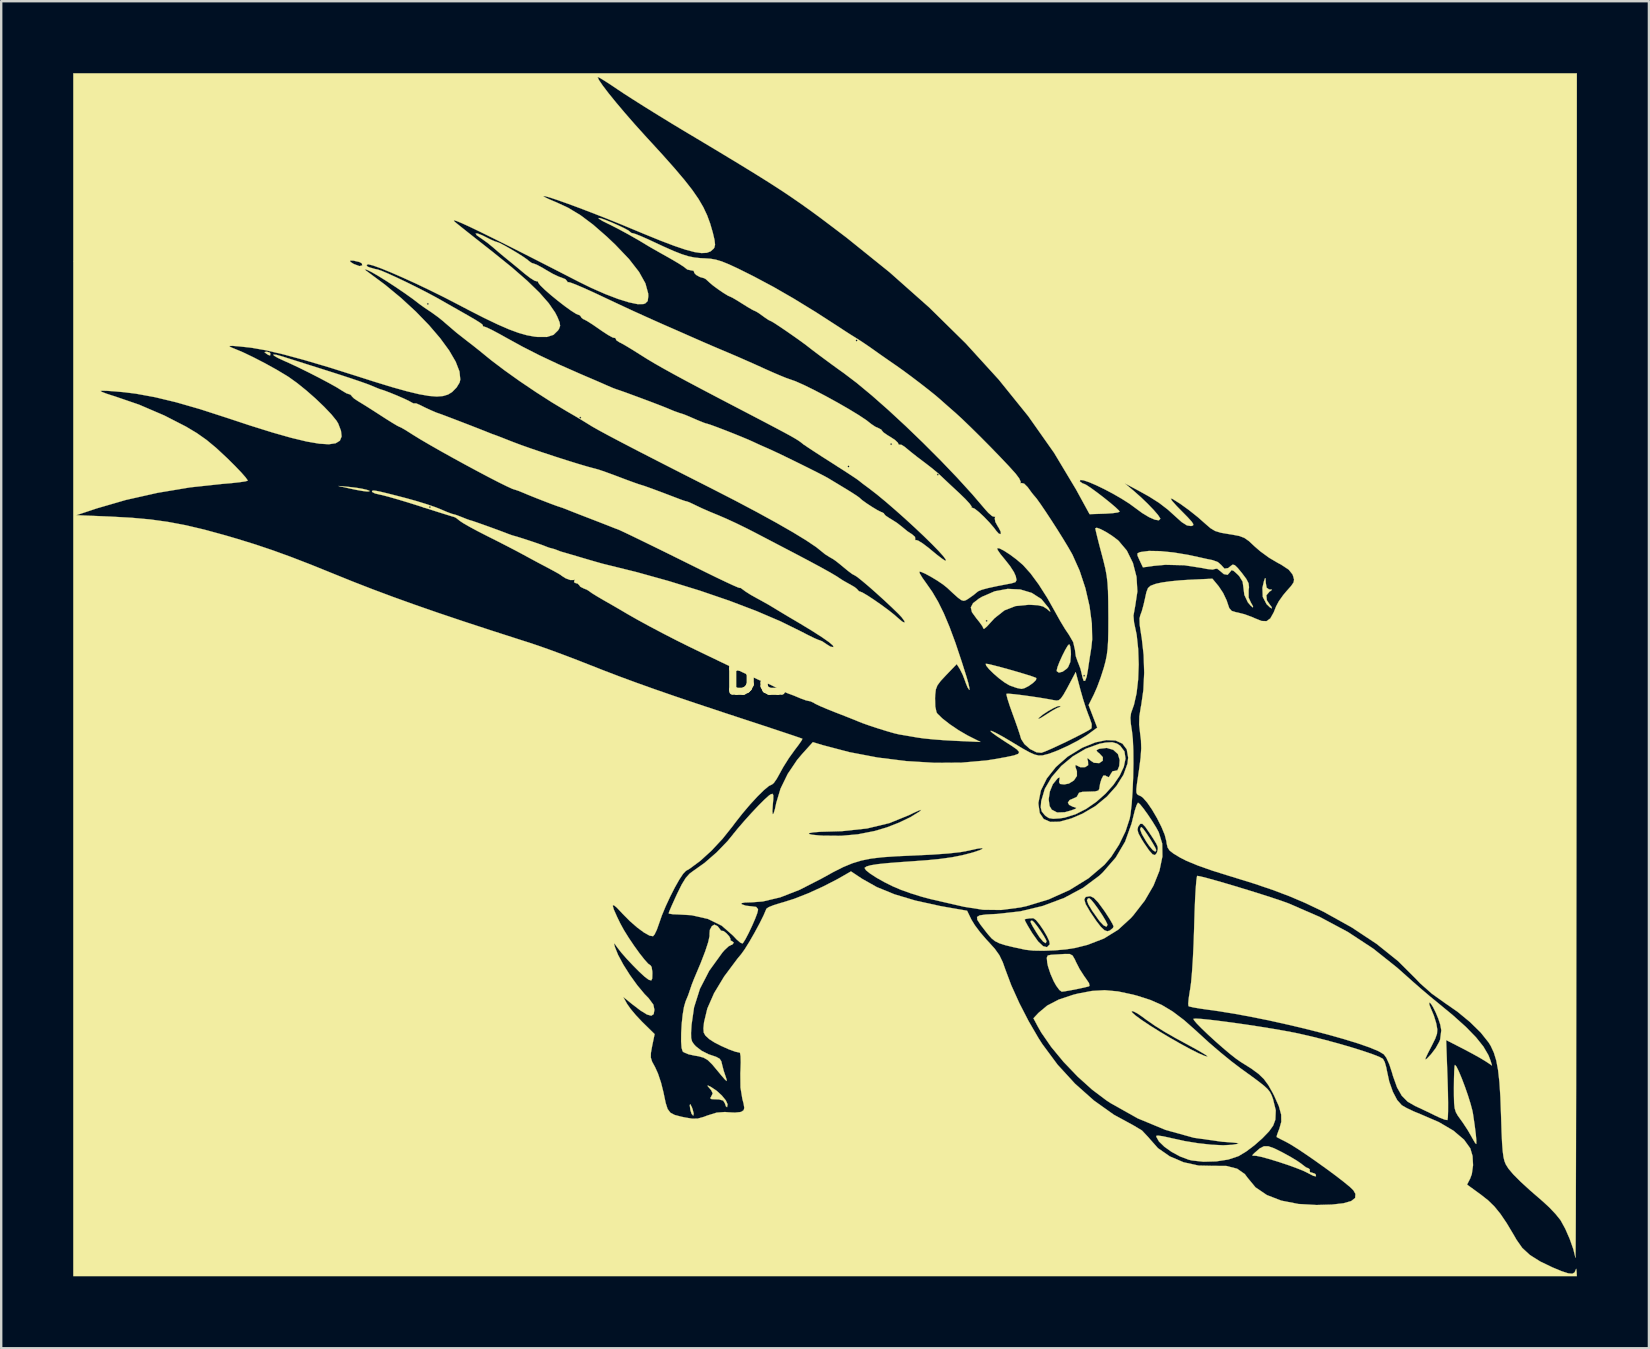
<source format=kicad_pcb>
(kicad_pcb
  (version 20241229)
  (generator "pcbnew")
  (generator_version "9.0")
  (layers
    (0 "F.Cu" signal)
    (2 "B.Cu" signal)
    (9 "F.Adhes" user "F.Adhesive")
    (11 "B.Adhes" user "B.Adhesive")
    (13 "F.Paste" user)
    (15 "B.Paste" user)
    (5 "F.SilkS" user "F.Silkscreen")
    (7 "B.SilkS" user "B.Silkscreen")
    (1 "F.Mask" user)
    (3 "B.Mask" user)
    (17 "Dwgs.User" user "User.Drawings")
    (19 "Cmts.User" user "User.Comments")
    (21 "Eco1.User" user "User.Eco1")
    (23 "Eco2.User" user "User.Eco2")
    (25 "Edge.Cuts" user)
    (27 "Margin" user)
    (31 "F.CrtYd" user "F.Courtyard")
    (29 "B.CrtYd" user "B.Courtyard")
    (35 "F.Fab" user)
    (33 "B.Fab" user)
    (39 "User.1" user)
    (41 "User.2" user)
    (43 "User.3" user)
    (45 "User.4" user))
  (footprint "batman"
    (layer "F.Cu")
    (at 31.332 25.066)
    (property "Reference" "batman" (at 0 0 0) (layer "F.SilkS") (effects (font (size 1.524 1.524) (thickness 0.3))))
    (attr through_hole)
    (fp_poly (pts (xy -23.137 -13.422) (xy -23.114 -13.377) (xy -23.127 -13.303) (xy -23.2 -13.325) (xy -23.283 -13.377) (xy -23.361 -13.443) (xy -23.281 -13.46) (xy -23.262 -13.461) (xy -23.137 -13.422)) (stroke (width 0.01) (type solid)) (fill yes) (layer "F.SilkS"))
    (fp_poly (pts (xy -5.554 18.016) (xy -5.518 18.114) (xy -5.475 18.289) (xy -5.492 18.372) (xy -5.498 18.373) (xy -5.563 18.3) (xy -5.613 18.14) (xy -5.64 17.936) (xy -5.618 17.895) (xy -5.554 18.016)) (stroke (width 0.01) (type solid)) (fill yes) (layer "F.SilkS"))
    (fp_poly (pts (xy -19.777 -7.819) (xy -19.513 -7.787) (xy -19.272 -7.745) (xy -19.085 -7.701) (xy -18.983 -7.662) (xy -18.994 -7.638) (xy -19.092 -7.635) (xy -19.264 -7.655) (xy -19.534 -7.702) (xy -19.77 -7.752) (xy -20.278 -7.865) (xy -19.777 -7.819)) (stroke (width 0.01) (type solid)) (fill yes) (layer "F.SilkS"))
    (fp_poly (pts (xy 13.256 6.419) (xy 13.378 6.587) (xy 13.523 6.807) (xy 13.662 7.034) (xy 13.765 7.22) (xy 13.801 7.315) (xy 13.761 7.376) (xy 13.655 7.307) (xy 13.499 7.121) (xy 13.386 6.956) (xy 13.2 6.637) (xy 13.126 6.435) (xy 13.166 6.354) (xy 13.187 6.352) (xy 13.256 6.419)) (stroke (width 0.01) (type solid)) (fill yes) (layer "F.SilkS"))
    (fp_poly (pts (xy 8.705 10.31) (xy 8.835 10.472) (xy 8.985 10.684) (xy 9.121 10.897) (xy 9.211 11.062) (xy 9.229 11.12) (xy 9.19 11.187) (xy 9.087 11.121) (xy 8.935 10.937) (xy 8.813 10.751) (xy 8.653 10.487) (xy 8.574 10.334) (xy 8.565 10.264) (xy 8.614 10.245) (xy 8.627 10.245) (xy 8.705 10.31)) (stroke (width 0.01) (type solid)) (fill yes) (layer "F.SilkS"))
    (fp_poly (pts (xy 10.213 -1.194) (xy 10.24 -0.999) (xy 10.245 -0.847) (xy 10.218 -0.527) (xy 10.128 -0.316) (xy 10.075 -0.254) (xy 9.901 -0.127) (xy 9.745 -0.087) (xy 9.658 -0.143) (xy 9.652 -0.18) (xy 9.686 -0.319) (xy 9.771 -0.539) (xy 9.886 -0.793) (xy 10.007 -1.032) (xy 10.11 -1.207) (xy 10.172 -1.27) (xy 10.213 -1.194)) (stroke (width 0.01) (type solid)) (fill yes) (layer "F.SilkS"))
    (fp_poly (pts (xy 11.088 9.379) (xy 11.226 9.548) (xy 11.391 9.776) (xy 11.555 10.023) (xy 11.688 10.244) (xy 11.762 10.397) (xy 11.769 10.427) (xy 11.725 10.501) (xy 11.611 10.449) (xy 11.452 10.285) (xy 11.405 10.223) (xy 11.133 9.839) (xy 10.971 9.569) (xy 10.913 9.4) (xy 10.955 9.322) (xy 11.009 9.313) (xy 11.088 9.379)) (stroke (width 0.01) (type solid)) (fill yes) (layer "F.SilkS"))
    (fp_poly (pts (xy -4.741 17.188) (xy -4.518 17.338) (xy -4.301 17.537) (xy -4.135 17.74) (xy -4.064 17.898) (xy -4.064 17.906) (xy -4.084 18.024) (xy -4.132 17.986) (xy -4.173 17.865) (xy -4.247 17.746) (xy -4.417 17.699) (xy -4.532 17.695) (xy -4.73 17.686) (xy -4.787 17.647) (xy -4.74 17.567) (xy -4.683 17.447) (xy -4.745 17.315) (xy -4.793 17.258) (xy -4.899 17.134) (xy -4.88 17.119) (xy -4.741 17.188)) (stroke (width 0.01) (type solid)) (fill yes) (layer "F.SilkS"))
    (fp_poly (pts (xy 18.355 -4.009) (xy 18.364 -3.836) (xy 18.364 -3.831) (xy 18.399 -3.628) (xy 18.498 -3.555) (xy 18.521 -3.553) (xy 18.624 -3.544) (xy 18.579 -3.499) (xy 18.521 -3.465) (xy 18.39 -3.31) (xy 18.408 -3.106) (xy 18.513 -2.948) (xy 18.607 -2.821) (xy 18.619 -2.763) (xy 18.546 -2.798) (xy 18.414 -2.924) (xy 18.394 -2.946) (xy 18.239 -3.244) (xy 18.225 -3.623) (xy 18.288 -3.895) (xy 18.334 -4.025) (xy 18.355 -4.009)) (stroke (width 0.01) (type solid)) (fill yes) (layer "F.SilkS"))
    (fp_poly (pts (xy 6.783 -0.446) (xy 6.996 -0.398) (xy 7.295 -0.32) (xy 7.643 -0.225) (xy 8.002 -0.122) (xy 8.335 -0.023) (xy 8.604 0.062) (xy 8.771 0.123) (xy 8.805 0.141) (xy 8.787 0.222) (xy 8.665 0.343) (xy 8.489 0.468) (xy 8.307 0.562) (xy 8.187 0.591) (xy 7.994 0.554) (xy 7.741 0.466) (xy 7.662 0.432) (xy 7.471 0.317) (xy 7.245 0.147) (xy 7.021 -0.047) (xy 6.831 -0.234) (xy 6.712 -0.382) (xy 6.694 -0.456) (xy 6.783 -0.446)) (stroke (width 0.01) (type solid)) (fill yes) (layer "F.SilkS"))
    (fp_poly (pts (xy 10.194 11.638) (xy 10.313 11.702) (xy 10.411 11.869) (xy 10.454 11.968) (xy 10.607 12.266) (xy 10.802 12.57) (xy 10.852 12.637) (xy 10.998 12.851) (xy 11.021 12.965) (xy 10.99 12.988) (xy 10.791 13.037) (xy 10.518 13.095) (xy 10.231 13.151) (xy 9.991 13.193) (xy 9.862 13.208) (xy 9.764 13.138) (xy 9.63 12.956) (xy 9.525 12.768) (xy 9.391 12.46) (xy 9.29 12.152) (xy 9.259 12.006) (xy 9.239 11.796) (xy 9.279 11.702) (xy 9.409 11.673) (xy 9.454 11.67) (xy 9.713 11.655) (xy 9.998 11.637) (xy 9.999 11.637) (xy 10.194 11.638)) (stroke (width 0.01) (type solid)) (fill yes) (layer "F.SilkS"))
    (fp_poly (pts (xy 26.311 16.331) (xy 26.41 16.532) (xy 26.532 16.823) (xy 26.663 17.168) (xy 26.789 17.53) (xy 26.897 17.875) (xy 26.974 18.165) (xy 26.998 18.288) (xy 27.068 18.762) (xy 27.116 19.146) (xy 27.14 19.415) (xy 27.137 19.548) (xy 27.129 19.558) (xy 27.074 19.49) (xy 26.976 19.32) (xy 26.933 19.241) (xy 26.783 18.981) (xy 26.587 18.682) (xy 26.487 18.542) (xy 26.365 18.372) (xy 26.284 18.227) (xy 26.236 18.068) (xy 26.213 17.853) (xy 26.205 17.541) (xy 26.204 17.209) (xy 26.208 16.83) (xy 26.217 16.523) (xy 26.231 16.321) (xy 26.247 16.257) (xy 26.311 16.331)) (stroke (width 0.01) (type solid)) (fill yes) (layer "F.SilkS"))
    (fp_poly (pts (xy 18.712 19.735) (xy 19.056 19.905) (xy 19.057 19.906) (xy 19.378 20.081) (xy 19.658 20.249) (xy 19.849 20.381) (xy 19.88 20.407) (xy 20.04 20.529) (xy 20.152 20.574) (xy 20.206 20.626) (xy 20.193 20.659) (xy 20.211 20.732) (xy 20.268 20.743) (xy 20.414 20.793) (xy 20.447 20.828) (xy 20.458 20.904) (xy 20.347 20.884) (xy 20.127 20.771) (xy 20.108 20.76) (xy 19.914 20.666) (xy 19.614 20.548) (xy 19.249 20.417) (xy 18.86 20.289) (xy 18.489 20.176) (xy 18.176 20.091) (xy 17.964 20.048) (xy 17.917 20.046) (xy 17.809 20.046) (xy 17.825 19.997) (xy 17.918 19.908) (xy 18.118 19.736) (xy 18.288 19.65) (xy 18.471 19.65) (xy 18.712 19.735)) (stroke (width 0.01) (type solid)) (fill yes) (layer "F.SilkS"))
    (fp_poly (pts (xy 8.133 -3.553) (xy 8.61 -3.41) (xy 9.013 -3.153) (xy 9.312 -2.788) (xy 9.333 -2.752) (xy 9.389 -2.638) (xy 9.361 -2.64) (xy 9.237 -2.747) (xy 9.083 -2.844) (xy 8.864 -2.896) (xy 8.532 -2.913) (xy 8.484 -2.914) (xy 7.935 -2.86) (xy 7.475 -2.681) (xy 7.066 -2.359) (xy 6.909 -2.189) (xy 6.745 -2.01) (xy 6.634 -1.915) (xy 6.604 -1.917) (xy 6.553 -2.024) (xy 6.421 -2.209) (xy 6.392 -2.244) (xy 6.689 -2.244) (xy 6.731 -2.201) (xy 6.773 -2.244) (xy 6.731 -2.286) (xy 6.689 -2.244) (xy 6.392 -2.244) (xy 6.303 -2.353) (xy 6.121 -2.604) (xy 6.073 -2.804) (xy 6.166 -2.982) (xy 6.41 -3.17) (xy 6.542 -3.249) (xy 7.07 -3.477) (xy 7.61 -3.577) (xy 8.133 -3.553)) (stroke (width 0.01) (type solid)) (fill yes) (layer "F.SilkS"))
    (fp_poly (pts (xy 13.962 -5.15) (xy 14.524 -5.094) (xy 15.145 -4.991) (xy 15.663 -4.878) (xy 15.904 -4.824) (xy 16.152 -4.774) (xy 16.37 -4.692) (xy 16.513 -4.566) (xy 16.515 -4.562) (xy 16.643 -4.421) (xy 16.796 -4.443) (xy 16.905 -4.531) (xy 16.986 -4.588) (xy 17.073 -4.566) (xy 17.198 -4.445) (xy 17.369 -4.238) (xy 17.555 -3.989) (xy 17.647 -3.81) (xy 17.666 -3.646) (xy 17.65 -3.526) (xy 17.65 -3.214) (xy 17.74 -3.015) (xy 17.834 -2.847) (xy 17.828 -2.802) (xy 17.734 -2.879) (xy 17.617 -3.017) (xy 17.472 -3.326) (xy 17.439 -3.589) (xy 17.4 -3.877) (xy 17.261 -4.104) (xy 17.187 -4.182) (xy 17.024 -4.328) (xy 16.936 -4.359) (xy 16.884 -4.288) (xy 16.884 -4.288) (xy 16.775 -4.163) (xy 16.615 -4.192) (xy 16.466 -4.32) (xy 16.339 -4.419) (xy 16.261 -4.411) (xy 16.151 -4.382) (xy 15.911 -4.406) (xy 15.714 -4.447) (xy 14.963 -4.562) (xy 14.18 -4.58) (xy 13.714 -4.538) (xy 13.246 -4.473) (xy 13.106 -4.768) (xy 13.02 -4.961) (xy 13.017 -5.054) (xy 13.101 -5.099) (xy 13.15 -5.113) (xy 13.493 -5.158) (xy 13.962 -5.15)) (stroke (width 0.01) (type solid)) (fill yes) (layer "F.SilkS"))
    (fp_poly (pts (xy 10.641 0.633) (xy 10.752 1.022) (xy 10.873 1.399) (xy 10.982 1.697) (xy 11.008 1.758) (xy 11.111 2.054) (xy 11.105 2.225) (xy 11.095 2.239) (xy 10.992 2.309) (xy 10.77 2.432) (xy 10.467 2.588) (xy 10.119 2.761) (xy 9.763 2.931) (xy 9.434 3.083) (xy 9.17 3.197) (xy 9.015 3.253) (xy 8.813 3.234) (xy 8.547 3.1) (xy 8.529 3.088) (xy 8.306 2.89) (xy 8.171 2.68) (xy 8.16 2.643) (xy 8.107 2.465) (xy 8.01 2.176) (xy 7.886 1.825) (xy 7.883 1.818) (xy 8.892 1.818) (xy 8.896 1.845) (xy 9.013 1.788) (xy 9.219 1.658) (xy 9.224 1.654) (xy 9.47 1.498) (xy 9.666 1.389) (xy 9.759 1.355) (xy 9.809 1.32) (xy 9.797 1.302) (xy 9.7 1.311) (xy 9.515 1.392) (xy 9.29 1.518) (xy 9.074 1.661) (xy 8.914 1.793) (xy 8.892 1.818) (xy 7.883 1.818) (xy 7.812 1.624) (xy 7.692 1.287) (xy 7.604 1.013) (xy 7.56 0.838) (xy 7.559 0.795) (xy 7.652 0.792) (xy 7.874 0.812) (xy 8.188 0.849) (xy 8.554 0.899) (xy 8.936 0.956) (xy 9.295 1.016) (xy 9.525 1.059) (xy 9.643 1.077) (xy 9.737 1.062) (xy 9.827 0.989) (xy 9.934 0.836) (xy 10.08 0.578) (xy 10.27 0.22) (xy 10.444 -0.11) (xy 10.641 0.633)) (stroke (width 0.01) (type solid)) (fill yes) (layer "F.SilkS"))
    (fp_poly (pts (xy -4.478 10.48) (xy -4.413 10.562) (xy -4.335 10.666) (xy -4.303 10.672) (xy -4.228 10.683) (xy -4.107 10.778) (xy -3.994 10.903) (xy -3.942 11.005) (xy -3.946 11.022) (xy -3.927 11.087) (xy -3.9 11.091) (xy -3.813 11.153) (xy -3.81 11.176) (xy -3.877 11.256) (xy -3.916 11.262) (xy -4.028 11.324) (xy -4.193 11.479) (xy -4.281 11.58) (xy -4.826 12.334) (xy -5.215 13.087) (xy -5.46 13.863) (xy -5.564 14.587) (xy -5.585 14.924) (xy -5.581 15.139) (xy -5.543 15.283) (xy -5.46 15.404) (xy -5.385 15.485) (xy -5.151 15.667) (xy -4.862 15.814) (xy -4.801 15.835) (xy -4.538 15.924) (xy -4.394 16.003) (xy -4.324 16.108) (xy -4.289 16.256) (xy -4.226 16.501) (xy -4.159 16.701) (xy -4.105 16.864) (xy -4.103 16.933) (xy -4.103 16.933) (xy -4.17 16.873) (xy -4.309 16.715) (xy -4.46 16.531) (xy -4.7 16.244) (xy -4.884 16.063) (xy -5.059 15.959) (xy -5.268 15.9) (xy -5.436 15.873) (xy -5.695 15.816) (xy -5.888 15.734) (xy -5.935 15.696) (xy -5.979 15.55) (xy -5.999 15.281) (xy -5.996 14.932) (xy -5.974 14.548) (xy -5.934 14.171) (xy -5.88 13.847) (xy -5.814 13.618) (xy -5.81 13.609) (xy -5.705 13.354) (xy -5.626 13.124) (xy -5.626 13.123) (xy -5.553 12.909) (xy -5.447 12.64) (xy -5.418 12.573) (xy -5.178 12.003) (xy -4.993 11.522) (xy -4.87 11.145) (xy -4.814 10.891) (xy -4.815 10.807) (xy -4.802 10.635) (xy -4.718 10.477) (xy -4.613 10.414) (xy -4.478 10.48)) (stroke (width 0.01) (type solid)) (fill yes) (layer "F.SilkS"))
    (fp_poly (pts (xy 12.163 2.87) (xy 12.298 2.961) (xy 12.475 3.195) (xy 12.52 3.494) (xy 12.448 3.838) (xy 12.275 4.209) (xy 12.016 4.589) (xy 11.687 4.957) (xy 11.304 5.297) (xy 10.881 5.59) (xy 10.434 5.816) (xy 9.979 5.957) (xy 9.787 5.986) (xy 9.506 6.004) (xy 9.328 5.975) (xy 9.19 5.886) (xy 9.145 5.843) (xy 9.027 5.695) (xy 8.987 5.526) (xy 9.007 5.266) (xy 9.008 5.263) (xy 9.029 5.192) (xy 9.317 5.192) (xy 9.356 5.474) (xy 9.446 5.624) (xy 9.67 5.741) (xy 9.988 5.731) (xy 10.253 5.656) (xy 10.436 5.588) (xy 10.471 5.549) (xy 10.371 5.514) (xy 10.329 5.504) (xy 10.17 5.424) (xy 10.118 5.331) (xy 10.19 5.224) (xy 10.329 5.165) (xy 10.489 5.09) (xy 10.541 4.995) (xy 10.583 4.918) (xy 10.732 4.88) (xy 10.986 4.872) (xy 11.251 4.864) (xy 11.386 4.828) (xy 11.429 4.751) (xy 11.43 4.729) (xy 11.46 4.542) (xy 11.516 4.357) (xy 11.594 4.206) (xy 11.68 4.2) (xy 11.721 4.229) (xy 11.822 4.272) (xy 11.889 4.17) (xy 11.896 4.147) (xy 11.984 4.02) (xy 12.066 4.01) (xy 12.184 3.984) (xy 12.257 3.807) (xy 12.277 3.554) (xy 12.203 3.306) (xy 12.01 3.131) (xy 11.739 3.051) (xy 11.432 3.086) (xy 11.391 3.101) (xy 11.307 3.153) (xy 11.357 3.224) (xy 11.426 3.275) (xy 11.575 3.436) (xy 11.572 3.584) (xy 11.424 3.685) (xy 11.204 3.67) (xy 11.074 3.585) (xy 10.951 3.482) (xy 10.925 3.499) (xy 10.957 3.613) (xy 10.963 3.77) (xy 10.837 3.853) (xy 10.64 3.855) (xy 10.537 3.807) (xy 10.44 3.756) (xy 10.432 3.842) (xy 10.495 4.022) (xy 10.495 4.219) (xy 10.37 4.404) (xy 10.162 4.535) (xy 9.966 4.572) (xy 9.794 4.553) (xy 9.749 4.475) (xy 9.762 4.398) (xy 9.78 4.28) (xy 9.715 4.302) (xy 9.682 4.328) (xy 9.49 4.565) (xy 9.365 4.871) (xy 9.317 5.192) (xy 9.029 5.192) (xy 9.156 4.759) (xy 9.444 4.264) (xy 9.844 3.802) (xy 10.328 3.4) (xy 10.867 3.084) (xy 11.433 2.878) (xy 11.691 2.828) (xy 11.965 2.813) (xy 12.163 2.87)) (stroke (width 0.01) (type solid)) (fill yes) (layer "F.SilkS"))
    (fp_poly (pts (xy 12.206 13.198) (xy 12.831 13.331) (xy 13.024 13.383) (xy 13.559 13.555) (xy 14.035 13.765) (xy 14.489 14.038) (xy 14.961 14.395) (xy 15.488 14.862) (xy 15.587 14.955) (xy 16.001 15.332) (xy 16.463 15.729) (xy 16.918 16.101) (xy 17.312 16.401) (xy 17.33 16.414) (xy 17.761 16.725) (xy 18.076 16.958) (xy 18.296 17.133) (xy 18.443 17.27) (xy 18.538 17.391) (xy 18.603 17.516) (xy 18.659 17.665) (xy 18.666 17.685) (xy 18.781 18.151) (xy 18.764 18.542) (xy 18.673 18.788) (xy 18.501 19.029) (xy 18.226 19.315) (xy 17.894 19.608) (xy 17.548 19.869) (xy 17.233 20.058) (xy 17.215 20.066) (xy 16.802 20.203) (xy 16.297 20.281) (xy 15.768 20.295) (xy 15.285 20.242) (xy 15.151 20.21) (xy 14.793 20.075) (xy 14.444 19.887) (xy 14.14 19.671) (xy 13.915 19.453) (xy 13.806 19.26) (xy 13.801 19.217) (xy 13.876 19.205) (xy 14.074 19.233) (xy 14.356 19.294) (xy 14.415 19.308) (xy 14.97 19.431) (xy 15.549 19.525) (xy 16.105 19.586) (xy 16.592 19.609) (xy 16.964 19.589) (xy 16.976 19.587) (xy 17.156 19.557) (xy 17.23 19.535) (xy 17.184 19.516) (xy 17.002 19.496) (xy 16.669 19.471) (xy 16.552 19.463) (xy 15.372 19.297) (xy 14.191 18.97) (xy 13.029 18.488) (xy 11.904 17.856) (xy 11.729 17.742) (xy 11.131 17.293) (xy 10.523 16.745) (xy 9.942 16.139) (xy 9.424 15.513) (xy 9.006 14.907) (xy 8.873 14.673) (xy 8.683 14.317) (xy 8.892 14.093) (xy 8.984 14.016) (xy 12.774 14.016) (xy 12.79 14.069) (xy 12.918 14.187) (xy 13.188 14.386) (xy 13.541 14.622) (xy 13.949 14.877) (xy 14.384 15.137) (xy 14.816 15.383) (xy 15.217 15.601) (xy 15.558 15.773) (xy 15.812 15.883) (xy 15.939 15.916) (xy 15.912 15.879) (xy 15.759 15.78) (xy 15.506 15.633) (xy 15.186 15.457) (xy 14.605 15.142) (xy 14.14 14.875) (xy 13.753 14.633) (xy 13.404 14.392) (xy 13.216 14.252) (xy 13.013 14.113) (xy 12.857 14.033) (xy 12.774 14.016) (xy 8.984 14.016) (xy 9.256 13.788) (xy 9.732 13.54) (xy 10.345 13.336) (xy 10.544 13.286) (xy 11.12 13.178) (xy 11.655 13.147) (xy 12.206 13.198)) (stroke (width 0.01) (type solid)) (fill yes) (layer "F.SilkS"))
    (fp_poly (pts (xy 15.648 8.407) (xy 15.918 8.475) (xy 16.289 8.578) (xy 16.735 8.707) (xy 17.225 8.853) (xy 17.73 9.008) (xy 18.222 9.162) (xy 18.67 9.307) (xy 19.046 9.433) (xy 19.321 9.533) (xy 19.346 9.543) (xy 20.631 10.103) (xy 21.784 10.72) (xy 22.84 11.413) (xy 23.835 12.205) (xy 24.101 12.441) (xy 24.473 12.773) (xy 24.865 13.115) (xy 25.228 13.423) (xy 25.467 13.618) (xy 26.153 14.183) (xy 26.703 14.676) (xy 27.127 15.112) (xy 27.436 15.5) (xy 27.643 15.855) (xy 27.73 16.08) (xy 27.792 16.286) (xy 27.506 16.098) (xy 27.296 15.971) (xy 26.991 15.801) (xy 26.648 15.618) (xy 26.551 15.568) (xy 25.881 15.225) (xy 25.94 16.876) (xy 25.955 17.387) (xy 25.962 17.836) (xy 25.961 18.199) (xy 25.952 18.448) (xy 25.935 18.557) (xy 25.932 18.559) (xy 25.826 18.542) (xy 25.621 18.462) (xy 25.436 18.376) (xy 25.096 18.21) (xy 24.731 18.038) (xy 24.59 17.973) (xy 24.275 17.791) (xy 24.031 17.544) (xy 23.836 17.2) (xy 23.667 16.727) (xy 23.624 16.576) (xy 23.512 16.235) (xy 23.425 16.042) (xy 25.015 16.042) (xy 25.08 15.997) (xy 25.222 15.848) (xy 25.253 15.815) (xy 25.446 15.561) (xy 25.596 15.291) (xy 25.631 15.199) (xy 25.679 14.816) (xy 25.637 14.582) (xy 25.553 14.329) (xy 25.444 14.068) (xy 25.33 13.841) (xy 25.233 13.691) (xy 25.176 13.658) (xy 25.182 13.753) (xy 25.253 13.93) (xy 25.264 13.953) (xy 25.369 14.205) (xy 25.462 14.506) (xy 25.476 14.568) (xy 25.512 14.78) (xy 25.5 14.959) (xy 25.426 15.168) (xy 25.289 15.445) (xy 25.118 15.777) (xy 25.027 15.973) (xy 25.015 16.042) (xy 23.425 16.042) (xy 23.39 15.965) (xy 23.283 15.818) (xy 23.061 15.687) (xy 22.693 15.533) (xy 22.2 15.362) (xy 21.605 15.179) (xy 20.929 14.989) (xy 20.192 14.798) (xy 19.417 14.611) (xy 18.624 14.434) (xy 17.836 14.272) (xy 17.073 14.13) (xy 16.357 14.015) (xy 16.002 13.966) (xy 15.65 13.916) (xy 15.364 13.868) (xy 15.184 13.827) (xy 15.144 13.811) (xy 15.133 13.708) (xy 15.153 13.485) (xy 15.199 13.185) (xy 15.211 13.123) (xy 15.252 12.826) (xy 15.291 12.389) (xy 15.327 11.841) (xy 15.357 11.212) (xy 15.38 10.529) (xy 15.382 10.435) (xy 15.4 9.843) (xy 15.421 9.324) (xy 15.446 8.898) (xy 15.471 8.588) (xy 15.496 8.413) (xy 15.511 8.382) (xy 15.648 8.407)) (stroke (width 0.01) (type solid)) (fill yes) (layer "F.SilkS"))
    (fp_poly (pts (xy 13.125 5.4) (xy 13.266 5.574) (xy 13.443 5.818) (xy 13.628 6.094) (xy 13.796 6.365) (xy 13.903 6.562) (xy 14.049 7.035) (xy 14.057 7.576) (xy 13.934 8.167) (xy 13.687 8.785) (xy 13.322 9.412) (xy 12.846 10.026) (xy 12.737 10.147) (xy 12.213 10.627) (xy 11.624 10.991) (xy 10.937 11.257) (xy 10.43 11.384) (xy 10.037 11.446) (xy 9.576 11.486) (xy 9.103 11.504) (xy 8.677 11.497) (xy 8.356 11.462) (xy 8.34 11.459) (xy 7.856 11.355) (xy 7.506 11.27) (xy 7.257 11.19) (xy 7.078 11.1) (xy 6.935 10.984) (xy 6.798 10.829) (xy 6.704 10.711) (xy 6.476 10.416) (xy 6.347 10.218) (xy 6.345 10.2) (xy 8.315 10.2) (xy 8.345 10.277) (xy 8.446 10.461) (xy 8.599 10.715) (xy 8.642 10.784) (xy 8.882 11.121) (xy 9.086 11.313) (xy 9.247 11.354) (xy 9.358 11.242) (xy 9.364 11.226) (xy 9.342 11.101) (xy 9.244 10.891) (xy 9.1 10.643) (xy 8.939 10.406) (xy 8.791 10.225) (xy 8.688 10.15) (xy 8.523 10.152) (xy 8.365 10.178) (xy 8.315 10.2) (xy 6.345 10.2) (xy 6.332 10.096) (xy 6.444 10.028) (xy 6.696 9.994) (xy 7.102 9.972) (xy 7.171 9.969) (xy 8.137 9.861) (xy 9.075 9.635) (xy 9.794 9.366) (xy 10.801 9.366) (xy 10.859 9.561) (xy 11.033 9.862) (xy 11.051 9.89) (xy 11.306 10.267) (xy 11.497 10.514) (xy 11.643 10.649) (xy 11.763 10.691) (xy 11.865 10.662) (xy 11.993 10.556) (xy 12.023 10.489) (xy 11.977 10.383) (xy 11.857 10.177) (xy 11.685 9.91) (xy 11.62 9.815) (xy 11.383 9.492) (xy 11.202 9.304) (xy 11.059 9.231) (xy 11.033 9.229) (xy 10.859 9.26) (xy 10.801 9.366) (xy 9.794 9.366) (xy 9.957 9.305) (xy 10.75 8.881) (xy 11.426 8.377) (xy 11.579 8.233) (xy 12.113 7.618) (xy 12.503 6.956) (xy 12.682 6.457) (xy 13.017 6.457) (xy 13.06 6.615) (xy 13.188 6.85) (xy 13.293 7.018) (xy 13.501 7.321) (xy 13.647 7.484) (xy 13.748 7.517) (xy 13.82 7.43) (xy 13.843 7.367) (xy 13.868 7.266) (xy 13.86 7.17) (xy 13.803 7.04) (xy 13.681 6.839) (xy 13.514 6.585) (xy 13.339 6.332) (xy 13.221 6.213) (xy 13.136 6.213) (xy 13.056 6.318) (xy 13.044 6.34) (xy 13.017 6.457) (xy 12.682 6.457) (xy 12.772 6.205) (xy 12.831 5.965) (xy 12.906 5.665) (xy 12.979 5.443) (xy 13.036 5.337) (xy 13.044 5.334) (xy 13.125 5.4)) (stroke (width 0.01) (type solid)) (fill yes) (layer "F.SilkS"))
    (fp_poly (pts (xy 11.484 -6.066) (xy 11.706 -5.949) (xy 11.952 -5.794) (xy 12.183 -5.621) (xy 12.229 -5.582) (xy 12.575 -5.172) (xy 12.829 -4.656) (xy 12.979 -4.075) (xy 13.014 -3.469) (xy 12.927 -2.888) (xy 12.851 -2.463) (xy 12.875 -2.182) (xy 12.984 -1.666) (xy 13.048 -1.067) (xy 13.069 -0.429) (xy 13.046 0.2) (xy 12.98 0.775) (xy 12.873 1.251) (xy 12.817 1.409) (xy 12.749 1.604) (xy 12.724 1.796) (xy 12.741 2.043) (xy 12.788 2.351) (xy 12.825 2.693) (xy 12.845 3.16) (xy 12.849 3.706) (xy 12.838 4.288) (xy 12.813 4.861) (xy 12.777 5.381) (xy 12.729 5.803) (xy 12.694 5.995) (xy 12.522 6.523) (xy 12.252 7.078) (xy 11.922 7.59) (xy 11.642 7.92) (xy 10.978 8.483) (xy 10.191 8.97) (xy 9.318 9.363) (xy 8.396 9.643) (xy 8.133 9.699) (xy 7.336 9.804) (xy 6.582 9.795) (xy 5.792 9.671) (xy 5.697 9.649) (xy 5.271 9.551) (xy 4.824 9.448) (xy 4.441 9.36) (xy 4.385 9.347) (xy 4.011 9.247) (xy 3.575 9.111) (xy 3.172 8.968) (xy 3.17 8.967) (xy 2.823 8.819) (xy 2.472 8.644) (xy 2.148 8.462) (xy 1.882 8.29) (xy 1.705 8.148) (xy 1.646 8.054) (xy 1.649 8.046) (xy 1.73 7.99) (xy 1.906 7.94) (xy 2.196 7.894) (xy 2.614 7.851) (xy 3.178 7.807) (xy 3.514 7.784) (xy 4.227 7.732) (xy 4.807 7.675) (xy 5.293 7.607) (xy 5.722 7.522) (xy 6.129 7.416) (xy 6.182 7.4) (xy 6.453 7.309) (xy 6.569 7.25) (xy 6.538 7.227) (xy 6.373 7.244) (xy 6.083 7.306) (xy 6.001 7.326) (xy 5.65 7.392) (xy 5.135 7.449) (xy 4.464 7.497) (xy 3.685 7.534) (xy 2.973 7.566) (xy 2.397 7.605) (xy 1.922 7.661) (xy 1.513 7.743) (xy 1.136 7.858) (xy 0.757 8.015) (xy 0.342 8.224) (xy -0.144 8.493) (xy -0.159 8.501) (xy -1.057 8.961) (xy -1.868 9.277) (xy -2.594 9.449) (xy -3.048 9.484) (xy -3.346 9.493) (xy -3.485 9.519) (xy -3.475 9.565) (xy -3.471 9.567) (xy -3.299 9.626) (xy -3.069 9.651) (xy -2.869 9.677) (xy -2.797 9.767) (xy -2.794 9.803) (xy -2.829 9.945) (xy -2.92 10.184) (xy -3.046 10.473) (xy -3.185 10.765) (xy -3.314 11.013) (xy -3.413 11.171) (xy -3.442 11.2) (xy -3.531 11.165) (xy -3.688 11.03) (xy -3.839 10.869) (xy -4.306 10.459) (xy -4.883 10.176) (xy -5.567 10.022) (xy -6.1 9.991) (xy -6.34 9.982) (xy -6.492 9.959) (xy -6.519 9.942) (xy -6.486 9.849) (xy -6.396 9.638) (xy -6.264 9.345) (xy -6.168 9.136) (xy -5.973 8.741) (xy -5.808 8.471) (xy -5.648 8.292) (xy -5.518 8.195) (xy -5.024 7.844) (xy -4.518 7.404) (xy -4.067 6.937) (xy -3.895 6.727) (xy -3.82 6.635) (xy -0.677 6.635) (xy -0.543 6.668) (xy -0.251 6.697) (xy -0.085 6.706) (xy 0.676 6.713) (xy 1.365 6.651) (xy 2.058 6.515) (xy 2.566 6.365) (xy 3.085 6.163) (xy 3.557 5.936) (xy 3.928 5.707) (xy 3.979 5.668) (xy 4.005 5.629) (xy 3.901 5.662) (xy 3.689 5.757) (xy 3.514 5.844) (xy 2.685 6.182) (xy 1.751 6.407) (xy 0.7 6.52) (xy 0.229 6.534) (xy -0.2 6.546) (xy -0.498 6.57) (xy -0.66 6.6) (xy -0.677 6.635) (xy -3.82 6.635) (xy -3.653 6.427) (xy -3.368 6.096) (xy -3.066 5.761) (xy -2.775 5.452) (xy -2.522 5.2) (xy -2.335 5.032) (xy -2.271 4.988) (xy -2.193 4.962) (xy -2.158 5.015) (xy -2.158 5.179) (xy -2.177 5.398) (xy -2.196 5.687) (xy -2.183 5.815) (xy -2.144 5.782) (xy -2.087 5.592) (xy -2.044 5.39) (xy 8.89 5.39) (xy 8.945 5.766) (xy 9.111 6.014) (xy 9.387 6.134) (xy 9.771 6.126) (xy 10.264 5.989) (xy 10.733 5.788) (xy 11.269 5.472) (xy 11.747 5.078) (xy 12.143 4.634) (xy 12.436 4.167) (xy 12.602 3.706) (xy 12.631 3.455) (xy 12.571 3.11) (xy 12.391 2.872) (xy 12.104 2.742) (xy 11.724 2.724) (xy 11.264 2.82) (xy 10.739 3.033) (xy 10.695 3.055) (xy 10.108 3.415) (xy 9.617 3.846) (xy 9.239 4.324) (xy 8.991 4.827) (xy 8.891 5.331) (xy 8.89 5.39) (xy -2.044 5.39) (xy -2.033 5.338) (xy -1.856 4.748) (xy -1.557 4.134) (xy -1.165 3.552) (xy -0.964 3.314) (xy -0.509 2.81) (xy -0.106 2.933) (xy 1.012 3.227) (xy 2.189 3.451) (xy 3.387 3.6) (xy 4.568 3.672) (xy 5.693 3.664) (xy 6.725 3.573) (xy 7.065 3.519) (xy 7.546 3.433) (xy 7.87 3.364) (xy 8.047 3.299) (xy 8.087 3.222) (xy 8 3.119) (xy 7.795 2.975) (xy 7.532 2.807) (xy 7.177 2.574) (xy 6.965 2.42) (xy 6.887 2.342) (xy 6.935 2.342) (xy 7.103 2.418) (xy 7.381 2.568) (xy 7.764 2.793) (xy 7.842 2.841) (xy 8.239 3.079) (xy 8.527 3.238) (xy 8.736 3.329) (xy 8.899 3.367) (xy 9.046 3.365) (xy 9.063 3.363) (xy 9.338 3.292) (xy 9.707 3.152) (xy 10.118 2.965) (xy 10.523 2.756) (xy 10.872 2.545) (xy 10.983 2.468) (xy 11.341 2.204) (xy 11.161 1.735) (xy 10.981 1.265) (xy 11.202 0.823) (xy 11.336 0.518) (xy 11.481 0.128) (xy 11.608 -0.265) (xy 11.617 -0.296) (xy 11.689 -0.564) (xy 11.74 -0.815) (xy 11.774 -1.084) (xy 11.794 -1.407) (xy 11.803 -1.819) (xy 11.805 -2.357) (xy 11.804 -2.498) (xy 11.8 -3.058) (xy 11.79 -3.489) (xy 11.769 -3.832) (xy 11.734 -4.128) (xy 11.681 -4.417) (xy 11.603 -4.74) (xy 11.529 -5.022) (xy 11.425 -5.414) (xy 11.341 -5.748) (xy 11.283 -5.989) (xy 11.261 -6.102) (xy 11.261 -6.103) (xy 11.323 -6.124) (xy 11.484 -6.066)) (stroke (width 0.01) (type solid)) (fill yes) (layer "F.SilkS"))
    (fp_poly (pts (xy 31.315 -0.275) (xy 31.314 1.759) (xy 31.313 3.749) (xy 31.311 5.686) (xy 31.31 7.564) (xy 31.308 9.377) (xy 31.306 11.119) (xy 31.304 12.782) (xy 31.302 14.36) (xy 31.299 15.847) (xy 31.297 17.236) (xy 31.294 18.52) (xy 31.292 19.693) (xy 31.289 20.749) (xy 31.286 21.681) (xy 31.284 22.482) (xy 31.281 23.145) (xy 31.278 23.665) (xy 31.275 24.035) (xy 31.272 24.248) (xy 31.27 24.299) (xy 31.181 23.94) (xy 31.03 23.512) (xy 30.846 23.091) (xy 30.66 22.751) (xy 30.637 22.716) (xy 30.442 22.474) (xy 30.175 22.193) (xy 29.916 21.954) (xy 29.385 21.494) (xy 28.978 21.121) (xy 28.679 20.821) (xy 28.477 20.582) (xy 28.366 20.405) (xy 28.312 20.272) (xy 28.27 20.096) (xy 28.238 19.851) (xy 28.212 19.513) (xy 28.191 19.058) (xy 28.172 18.462) (xy 28.169 18.373) (xy 28.141 17.603) (xy 28.101 16.979) (xy 28.045 16.477) (xy 27.969 16.074) (xy 27.868 15.746) (xy 27.74 15.47) (xy 27.651 15.325) (xy 27.323 14.913) (xy 26.876 14.474) (xy 26.35 14.041) (xy 25.821 13.674) (xy 25.277 13.285) (xy 24.79 12.854) (xy 24.614 12.667) (xy 23.877 11.933) (xy 22.985 11.218) (xy 21.953 10.534) (xy 20.794 9.889) (xy 20.616 9.8) (xy 19.988 9.502) (xy 19.345 9.229) (xy 18.651 8.967) (xy 17.868 8.702) (xy 16.96 8.42) (xy 16.84 8.384) (xy 16.131 8.162) (xy 15.533 7.951) (xy 15.065 7.758) (xy 14.808 7.628) (xy 14.528 7.46) (xy 14.362 7.333) (xy 14.276 7.206) (xy 14.235 7.038) (xy 14.222 6.937) (xy 14.155 6.675) (xy 14.018 6.343) (xy 13.835 5.98) (xy 13.63 5.629) (xy 13.424 5.329) (xy 13.242 5.122) (xy 13.153 5.059) (xy 13.062 5.019) (xy 13.002 4.977) (xy 12.973 4.903) (xy 12.972 4.768) (xy 12.998 4.541) (xy 13.049 4.193) (xy 13.087 3.936) (xy 13.15 3.449) (xy 13.175 3.066) (xy 13.164 2.731) (xy 13.131 2.466) (xy 13.088 2.081) (xy 13.096 1.736) (xy 13.159 1.34) (xy 13.175 1.263) (xy 13.264 0.638) (xy 13.298 -0.08) (xy 13.275 -0.824) (xy 13.196 -1.528) (xy 13.175 -1.648) (xy 13.112 -2.068) (xy 13.103 -2.347) (xy 13.137 -2.48) (xy 13.199 -2.646) (xy 13.272 -2.914) (xy 13.328 -3.159) (xy 13.391 -3.445) (xy 13.457 -3.611) (xy 13.562 -3.705) (xy 13.74 -3.773) (xy 13.808 -3.794) (xy 14.047 -3.845) (xy 14.403 -3.894) (xy 14.822 -3.934) (xy 15.161 -3.955) (xy 16.141 -4.001) (xy 16.402 -3.685) (xy 16.588 -3.405) (xy 16.736 -3.092) (xy 16.764 -3.006) (xy 16.842 -2.776) (xy 16.945 -2.659) (xy 17.126 -2.603) (xy 17.195 -2.591) (xy 17.479 -2.519) (xy 17.8 -2.401) (xy 17.91 -2.351) (xy 18.191 -2.239) (xy 18.396 -2.232) (xy 18.555 -2.347) (xy 18.697 -2.601) (xy 18.794 -2.846) (xy 18.907 -3.058) (xy 19.091 -3.317) (xy 19.225 -3.477) (xy 19.421 -3.698) (xy 19.521 -3.843) (xy 19.544 -3.961) (xy 19.507 -4.102) (xy 19.477 -4.183) (xy 19.322 -4.377) (xy 19 -4.59) (xy 18.863 -4.662) (xy 18.505 -4.873) (xy 18.133 -5.144) (xy 17.899 -5.347) (xy 17.663 -5.568) (xy 17.471 -5.702) (xy 17.26 -5.782) (xy 16.966 -5.838) (xy 16.841 -5.857) (xy 16.493 -5.916) (xy 16.253 -5.99) (xy 16.061 -6.105) (xy 15.875 -6.265) (xy 15.537 -6.563) (xy 15.162 -6.862) (xy 14.799 -7.124) (xy 14.501 -7.311) (xy 14.468 -7.329) (xy 14.402 -7.34) (xy 14.462 -7.242) (xy 14.647 -7.035) (xy 14.839 -6.838) (xy 15.111 -6.562) (xy 15.275 -6.381) (xy 15.345 -6.274) (xy 15.334 -6.22) (xy 15.258 -6.196) (xy 15.25 -6.195) (xy 15.078 -6.222) (xy 14.861 -6.36) (xy 14.658 -6.542) (xy 14.283 -6.881) (xy 13.917 -7.162) (xy 13.5 -7.427) (xy 13.081 -7.66) (xy 12.488 -7.976) (xy 12.869 -7.655) (xy 13.16 -7.397) (xy 13.442 -7.126) (xy 13.689 -6.87) (xy 13.872 -6.658) (xy 13.964 -6.52) (xy 13.97 -6.497) (xy 13.908 -6.433) (xy 13.742 -6.46) (xy 13.501 -6.565) (xy 13.216 -6.737) (xy 12.953 -6.93) (xy 12.684 -7.127) (xy 12.36 -7.333) (xy 12.005 -7.538) (xy 11.644 -7.729) (xy 11.302 -7.894) (xy 11.004 -8.022) (xy 10.773 -8.1) (xy 10.636 -8.117) (xy 10.616 -8.061) (xy 10.624 -8.047) (xy 10.749 -7.962) (xy 10.781 -7.959) (xy 10.885 -7.909) (xy 11.081 -7.779) (xy 11.334 -7.595) (xy 11.611 -7.383) (xy 11.877 -7.169) (xy 12.099 -6.981) (xy 12.241 -6.846) (xy 12.276 -6.794) (xy 12.198 -6.761) (xy 11.992 -6.732) (xy 11.7 -6.712) (xy 11.648 -6.71) (xy 11.022 -6.69) (xy 10.459 -7.719) (xy 9.544 -9.245) (xy 8.467 -10.774) (xy 7.236 -12.299) (xy 5.857 -13.813) (xy 4.338 -15.306) (xy 2.686 -16.772) (xy 0.909 -18.203) (xy 0.821 -18.27) (xy 0.302 -18.664) (xy -0.164 -19.015) (xy -0.597 -19.333) (xy -1.015 -19.631) (xy -1.435 -19.921) (xy -1.877 -20.215) (xy -2.358 -20.525) (xy -2.897 -20.862) (xy -3.513 -21.24) (xy -4.223 -21.67) (xy -5.046 -22.164) (xy -5.8 -22.615) (xy -6.377 -22.962) (xy -6.958 -23.318) (xy -7.511 -23.661) (xy -8.004 -23.973) (xy -8.406 -24.232) (xy -8.615 -24.371) (xy -8.943 -24.592) (xy -9.215 -24.766) (xy -9.402 -24.877) (xy -9.48 -24.909) (xy -9.481 -24.907) (xy -9.424 -24.782) (xy -9.266 -24.55) (xy -9.024 -24.232) (xy -8.711 -23.846) (xy -8.343 -23.41) (xy -7.936 -22.943) (xy -7.503 -22.463) (xy -7.391 -22.341) (xy -6.778 -21.672) (xy -6.273 -21.104) (xy -5.863 -20.62) (xy -5.534 -20.2) (xy -5.275 -19.826) (xy -5.073 -19.48) (xy -4.915 -19.144) (xy -4.788 -18.799) (xy -4.68 -18.428) (xy -4.679 -18.424) (xy -4.606 -18.113) (xy -4.585 -17.918) (xy -4.615 -17.795) (xy -4.645 -17.752) (xy -4.768 -17.643) (xy -4.931 -17.581) (xy -5.149 -17.57) (xy -5.438 -17.612) (xy -5.811 -17.711) (xy -6.284 -17.871) (xy -6.873 -18.095) (xy -7.591 -18.388) (xy -7.994 -18.556) (xy -8.55 -18.787) (xy -9.123 -19.018) (xy -9.69 -19.24) (xy -10.23 -19.447) (xy -10.721 -19.628) (xy -11.14 -19.777) (xy -11.465 -19.885) (xy -11.675 -19.943) (xy -11.745 -19.948) (xy -11.688 -19.905) (xy -11.511 -19.818) (xy -11.248 -19.706) (xy -11.212 -19.692) (xy -10.699 -19.454) (xy -10.194 -19.149) (xy -9.668 -18.755) (xy -9.093 -18.253) (xy -8.742 -17.92) (xy -8.17 -17.321) (xy -7.753 -16.785) (xy -7.487 -16.308) (xy -7.372 -15.887) (xy -7.366 -15.778) (xy -7.391 -15.573) (xy -7.493 -15.472) (xy -7.579 -15.444) (xy -7.817 -15.443) (xy -8.176 -15.518) (xy -8.631 -15.66) (xy -9.158 -15.862) (xy -9.732 -16.114) (xy -10.256 -16.371) (xy -11.36 -16.938) (xy -12.32 -17.428) (xy -13.141 -17.844) (xy -13.83 -18.189) (xy -14.39 -18.465) (xy -14.828 -18.675) (xy -15.15 -18.822) (xy -15.36 -18.908) (xy -15.464 -18.935) (xy -15.467 -18.908) (xy -15.451 -18.891) (xy -15.363 -18.817) (xy -15.161 -18.654) (xy -14.866 -18.419) (xy -14.498 -18.128) (xy -14.076 -17.796) (xy -13.843 -17.613) (xy -13.057 -16.978) (xy -12.412 -16.416) (xy -11.901 -15.92) (xy -11.516 -15.481) (xy -11.249 -15.092) (xy -11.159 -14.917) (xy -11.063 -14.686) (xy -11.041 -14.539) (xy -11.088 -14.411) (xy -11.128 -14.347) (xy -11.317 -14.163) (xy -11.593 -14.074) (xy -11.983 -14.075) (xy -12.121 -14.091) (xy -12.432 -14.148) (xy -12.776 -14.246) (xy -13.172 -14.392) (xy -13.641 -14.596) (xy -14.203 -14.865) (xy -14.877 -15.209) (xy -15.325 -15.444) (xy -15.892 -15.737) (xy -16.477 -16.026) (xy -17.055 -16.302) (xy -17.604 -16.552) (xy -18.099 -16.768) (xy -18.518 -16.939) (xy -18.837 -17.053) (xy -19.034 -17.102) (xy -19.051 -17.103) (xy -19.109 -17.068) (xy -19.06 -17.003) (xy -18.958 -16.965) (xy -18.863 -16.94) (xy -18.86 -16.938) (xy -18.77 -16.911) (xy -18.64 -16.884) (xy -18.482 -16.831) (xy -18.208 -16.714) (xy -17.849 -16.55) (xy -17.439 -16.355) (xy -17.01 -16.143) (xy -16.596 -15.931) (xy -16.229 -15.735) (xy -16.087 -15.656) (xy -15.77 -15.475) (xy -15.453 -15.295) (xy -15.282 -15.198) (xy -14.859 -14.957) (xy -14.564 -14.785) (xy -14.38 -14.669) (xy -14.285 -14.597) (xy -14.261 -14.558) (xy -14.266 -14.549) (xy -14.242 -14.51) (xy -14.203 -14.506) (xy -14.09 -14.465) (xy -13.865 -14.357) (xy -13.565 -14.197) (xy -13.293 -14.045) (xy -12.614 -13.672) (xy -11.902 -13.309) (xy -11.117 -12.939) (xy -10.218 -12.542) (xy -9.991 -12.444) (xy -9.646 -12.297) (xy -9.322 -12.157) (xy -9.083 -12.051) (xy -9.059 -12.041) (xy -8.845 -11.949) (xy -8.695 -11.893) (xy -8.678 -11.888) (xy -8.561 -11.849) (xy -8.323 -11.765) (xy -8.005 -11.648) (xy -7.645 -11.515) (xy -7.282 -11.379) (xy -6.954 -11.254) (xy -6.7 -11.155) (xy -6.562 -11.099) (xy -6.294 -10.987) (xy -6.053 -10.901) (xy -5.969 -10.877) (xy -5.844 -10.833) (xy -5.632 -10.745) (xy -5.546 -10.707) (xy -5.324 -10.611) (xy -5.171 -10.548) (xy -5.144 -10.538) (xy -5.059 -10.503) (xy -4.97 -10.472) (xy -4.911 -10.458) (xy -4.766 -10.412) (xy -4.507 -10.317) (xy -4.177 -10.191) (xy -3.818 -10.05) (xy -3.473 -9.91) (xy -3.184 -9.789) (xy -3.006 -9.709) (xy -2.757 -9.593) (xy -2.467 -9.465) (xy -2.413 -9.442) (xy -2.2 -9.346) (xy -1.885 -9.198) (xy -1.504 -9.014) (xy -1.094 -8.813) (xy -0.69 -8.613) (xy -0.328 -8.431) (xy -0.046 -8.286) (xy 0.122 -8.194) (xy 0.127 -8.191) (xy 0.281 -8.098) (xy 0.53 -7.948) (xy 0.82 -7.772) (xy 0.847 -7.757) (xy 1.116 -7.59) (xy 1.325 -7.454) (xy 1.434 -7.375) (xy 1.439 -7.369) (xy 1.546 -7.274) (xy 1.74 -7.135) (xy 1.97 -6.985) (xy 2.185 -6.856) (xy 2.335 -6.781) (xy 2.365 -6.773) (xy 2.452 -6.726) (xy 2.455 -6.708) (xy 2.523 -6.629) (xy 2.689 -6.518) (xy 2.738 -6.491) (xy 2.994 -6.329) (xy 3.223 -6.15) (xy 3.229 -6.144) (xy 3.437 -5.974) (xy 3.627 -5.849) (xy 3.748 -5.743) (xy 3.757 -5.655) (xy 3.751 -5.601) (xy 3.784 -5.614) (xy 3.882 -5.587) (xy 4.071 -5.469) (xy 4.317 -5.283) (xy 4.41 -5.205) (xy 4.667 -4.994) (xy 4.878 -4.833) (xy 5.008 -4.749) (xy 5.027 -4.743) (xy 5.033 -4.794) (xy 4.928 -4.939) (xy 4.729 -5.161) (xy 4.453 -5.444) (xy 4.118 -5.772) (xy 3.741 -6.128) (xy 3.339 -6.497) (xy 2.931 -6.86) (xy 2.533 -7.204) (xy 2.163 -7.51) (xy 1.837 -7.762) (xy 1.742 -7.832) (xy 1.551 -7.974) (xy 1.413 -8.085) (xy 1.409 -8.088) (xy 1.306 -8.163) (xy 1.087 -8.309) (xy 1.04 -8.34) (xy 4.657 -8.34) (xy 4.699 -8.297) (xy 4.741 -8.34) (xy 4.699 -8.382) (xy 4.657 -8.34) (xy 1.04 -8.34) (xy 0.782 -8.508) (xy 0.516 -8.678) (xy 0.931 -8.678) (xy 0.974 -8.636) (xy 1.016 -8.678) (xy 0.974 -8.721) (xy 0.931 -8.678) (xy 0.516 -8.678) (xy 0.417 -8.742) (xy 0.254 -8.846) (xy -0.133 -9.092) (xy -0.477 -9.316) (xy -0.75 -9.496) (xy -0.913 -9.61) (xy 2.709 -9.61) (xy 2.752 -9.567) (xy 2.794 -9.61) (xy 2.752 -9.652) (xy 2.709 -9.61) (xy -0.913 -9.61) (xy -0.92 -9.615) (xy -0.953 -9.64) (xy -1.029 -9.7) (xy -1.123 -9.765) (xy -1.253 -9.845) (xy -1.434 -9.949) (xy -1.685 -10.086) (xy -2.023 -10.266) (xy -2.463 -10.498) (xy -3.023 -10.791) (xy -3.556 -11.069) (xy -4.432 -11.526) (xy -5.173 -11.916) (xy -5.795 -12.246) (xy -6.314 -12.527) (xy -6.747 -12.767) (xy -7.11 -12.974) (xy -7.418 -13.158) (xy -7.688 -13.328) (xy -7.705 -13.338) (xy -8.025 -13.54) (xy -8.305 -13.709) (xy -8.505 -13.822) (xy -8.572 -13.853) (xy -8.698 -13.938) (xy -8.721 -13.994) (xy -8.754 -14.044) (xy -8.771 -14.032) (xy -8.858 -14.055) (xy -9.046 -14.159) (xy -9.3 -14.325) (xy -9.406 -14.399) (xy -9.683 -14.59) (xy -9.911 -14.735) (xy -10.053 -14.811) (xy -10.076 -14.817) (xy -10.158 -14.881) (xy -10.16 -14.901) (xy -10.225 -14.983) (xy -10.248 -14.986) (xy -10.372 -15.036) (xy -10.584 -15.17) (xy -10.852 -15.363) (xy -11.145 -15.59) (xy -11.433 -15.826) (xy -11.684 -16.046) (xy -11.869 -16.227) (xy -11.955 -16.341) (xy -11.957 -16.359) (xy -11.984 -16.403) (xy -12.008 -16.392) (xy -12.105 -16.419) (xy -12.289 -16.534) (xy -12.509 -16.703) (xy -12.794 -16.941) (xy -13.083 -17.178) (xy -13.251 -17.314) (xy -13.513 -17.53) (xy -13.773 -17.752) (xy -13.832 -17.804) (xy -14.067 -17.996) (xy -14.298 -18.162) (xy -14.33 -18.182) (xy -14.517 -18.314) (xy -14.561 -18.384) (xy -14.477 -18.384) (xy -14.282 -18.309) (xy -14.161 -18.248) (xy -13.922 -18.128) (xy -13.74 -18.05) (xy -13.679 -18.034) (xy -13.566 -17.992) (xy -13.355 -17.883) (xy -13.089 -17.732) (xy -12.812 -17.566) (xy -12.566 -17.409) (xy -12.396 -17.289) (xy -12.347 -17.243) (xy -12.22 -17.155) (xy -12.154 -17.137) (xy -12.009 -17.082) (xy -11.784 -16.962) (xy -11.618 -16.862) (xy -11.348 -16.706) (xy -11.096 -16.587) (xy -10.986 -16.549) (xy -10.817 -16.48) (xy -10.753 -16.402) (xy -10.721 -16.35) (xy -10.705 -16.36) (xy -10.616 -16.343) (xy -10.402 -16.263) (xy -10.091 -16.131) (xy -9.711 -15.96) (xy -9.498 -15.861) (xy -9.059 -15.654) (xy -8.644 -15.459) (xy -8.291 -15.294) (xy -8.039 -15.177) (xy -7.98 -15.15) (xy -7.408 -14.891) (xy -6.946 -14.684) (xy -6.552 -14.51) (xy -6.519 -14.496) (xy -6.258 -14.382) (xy -5.908 -14.228) (xy -5.537 -14.064) (xy -5.461 -14.031) (xy -5.065 -13.857) (xy -4.648 -13.677) (xy -4.292 -13.526) (xy -4.255 -13.511) (xy -3.642 -13.25) (xy -2.965 -12.952) (xy -2.498 -12.74) (xy -2.19 -12.603) (xy -1.887 -12.473) (xy -1.637 -12.371) (xy -1.489 -12.318) (xy -1.482 -12.316) (xy -1.234 -12.229) (xy -0.877 -12.07) (xy -0.444 -11.857) (xy 0.033 -11.607) (xy 0.521 -11.339) (xy 0.987 -11.071) (xy 1.398 -10.821) (xy 1.722 -10.606) (xy 1.926 -10.445) (xy 1.927 -10.444) (xy 2.097 -10.331) (xy 2.202 -10.287) (xy 2.338 -10.217) (xy 2.371 -10.17) (xy 2.438 -10.094) (xy 2.608 -9.976) (xy 2.709 -9.916) (xy 2.912 -9.784) (xy 3.033 -9.668) (xy 3.048 -9.632) (xy 3.08 -9.577) (xy 3.097 -9.589) (xy 3.19 -9.578) (xy 3.316 -9.497) (xy 3.59 -9.271) (xy 3.828 -9.083) (xy 4.107 -8.872) (xy 4.196 -8.805) (xy 4.462 -8.599) (xy 4.707 -8.394) (xy 4.816 -8.294) (xy 4.981 -8.138) (xy 5.225 -7.908) (xy 5.506 -7.647) (xy 5.601 -7.559) (xy 5.842 -7.325) (xy 6.019 -7.133) (xy 6.107 -7.01) (xy 6.109 -6.984) (xy 6.113 -6.95) (xy 6.141 -6.957) (xy 6.24 -6.914) (xy 6.414 -6.775) (xy 6.628 -6.574) (xy 6.848 -6.344) (xy 7.041 -6.119) (xy 7.129 -5.999) (xy 7.243 -5.874) (xy 7.324 -5.858) (xy 7.319 -5.958) (xy 7.232 -6.13) (xy 7.201 -6.175) (xy 7.096 -6.367) (xy 7.07 -6.513) (xy 7.077 -6.532) (xy 7.088 -6.592) (xy 7.055 -6.579) (xy 6.96 -6.61) (xy 6.805 -6.744) (xy 6.682 -6.88) (xy 6.133 -7.522) (xy 5.503 -8.213) (xy 4.815 -8.932) (xy 4.092 -9.656) (xy 3.359 -10.362) (xy 2.637 -11.03) (xy 1.95 -11.636) (xy 1.321 -12.158) (xy 0.773 -12.574) (xy 0.711 -12.618) (xy 0.527 -12.749) (xy 0.273 -12.934) (xy -0.009 -13.142) (xy -0.282 -13.344) (xy -0.503 -13.511) (xy -0.634 -13.612) (xy -0.644 -13.62) (xy -0.793 -13.736) (xy -1.024 -13.906) (xy -1.055 -13.928) (xy 1.27 -13.928) (xy 1.312 -13.885) (xy 1.355 -13.928) (xy 1.312 -13.97) (xy 1.27 -13.928) (xy -1.055 -13.928) (xy -1.305 -14.105) (xy -1.6 -14.31) (xy -1.875 -14.497) (xy -2.097 -14.643) (xy -2.23 -14.723) (xy -2.251 -14.732) (xy -2.351 -14.779) (xy -2.527 -14.897) (xy -2.59 -14.944) (xy -2.775 -15.076) (xy -2.901 -15.15) (xy -2.919 -15.155) (xy -3.012 -15.198) (xy -3.204 -15.308) (xy -3.435 -15.452) (xy -3.678 -15.604) (xy -3.861 -15.711) (xy -3.94 -15.748) (xy -4.047 -15.795) (xy -4.238 -15.912) (xy -4.464 -16.066) (xy -4.676 -16.223) (xy -4.825 -16.35) (xy -4.841 -16.366) (xy -4.975 -16.488) (xy -5.052 -16.527) (xy -5.217 -16.573) (xy -5.372 -16.66) (xy -5.455 -16.748) (xy -5.453 -16.776) (xy -5.485 -16.834) (xy -5.578 -16.849) (xy -5.74 -16.884) (xy -5.796 -16.927) (xy -5.887 -17) (xy -6.091 -17.132) (xy -6.373 -17.299) (xy -6.542 -17.395) (xy -6.861 -17.574) (xy -7.134 -17.729) (xy -7.319 -17.835) (xy -7.366 -17.863) (xy -7.753 -18.097) (xy -8.187 -18.344) (xy -8.61 -18.574) (xy -8.963 -18.754) (xy -9.038 -18.789) (xy -9.269 -18.905) (xy -9.415 -18.995) (xy -9.443 -19.033) (xy -9.353 -19.02) (xy -9.156 -18.952) (xy -8.896 -18.847) (xy -8.619 -18.725) (xy -8.369 -18.606) (xy -8.191 -18.509) (xy -8.128 -18.456) (xy -8.061 -18.404) (xy -8.022 -18.4) (xy -7.9 -18.365) (xy -7.67 -18.273) (xy -7.374 -18.143) (xy -7.281 -18.099) (xy -6.733 -17.844) (xy -6.306 -17.655) (xy -5.968 -17.522) (xy -5.69 -17.435) (xy -5.439 -17.384) (xy -5.186 -17.358) (xy -4.995 -17.349) (xy -4.77 -17.334) (xy -4.549 -17.295) (xy -4.303 -17.221) (xy -4.005 -17.1) (xy -3.626 -16.924) (xy -3.136 -16.68) (xy -2.95 -16.586) (xy -2.147 -16.158) (xy -1.303 -15.672) (xy -0.389 -15.112) (xy 0.621 -14.46) (xy 0.796 -14.344) (xy 1.046 -14.183) (xy 1.312 -14.018) (xy 1.321 -14.012) (xy 1.551 -13.864) (xy 1.837 -13.67) (xy 2.006 -13.551) (xy 2.289 -13.35) (xy 2.636 -13.108) (xy 2.963 -12.882) (xy 3.251 -12.678) (xy 3.6 -12.42) (xy 3.969 -12.14) (xy 4.319 -11.867) (xy 4.61 -11.633) (xy 4.794 -11.475) (xy 4.9 -11.381) (xy 5.095 -11.208) (xy 5.345 -10.989) (xy 5.422 -10.922) (xy 5.701 -10.667) (xy 6.061 -10.32) (xy 6.47 -9.917) (xy 6.894 -9.489) (xy 7.3 -9.07) (xy 7.655 -8.695) (xy 7.925 -8.396) (xy 7.945 -8.373) (xy 8.088 -8.182) (xy 8.153 -8.039) (xy 8.147 -8) (xy 8.145 -7.97) (xy 8.185 -7.988) (xy 8.295 -7.963) (xy 8.442 -7.817) (xy 8.477 -7.769) (xy 8.612 -7.583) (xy 8.708 -7.464) (xy 8.721 -7.451) (xy 8.815 -7.339) (xy 8.978 -7.112) (xy 9.188 -6.802) (xy 9.428 -6.438) (xy 9.677 -6.051) (xy 9.915 -5.67) (xy 10.122 -5.328) (xy 10.28 -5.053) (xy 10.311 -4.995) (xy 10.607 -4.335) (xy 10.847 -3.608) (xy 11.02 -2.859) (xy 11.117 -2.133) (xy 11.131 -1.473) (xy 11.095 -1.126) (xy 11.038 -0.772) (xy 10.986 -0.431) (xy 10.955 -0.215) (xy 10.899 0.092) (xy 10.838 0.252) (xy 10.778 0.257) (xy 10.724 0.102) (xy 10.713 0.042) (xy 10.753 0.042) (xy 10.795 0.085) (xy 10.837 0.042) (xy 10.795 0) (xy 10.753 0.042) (xy 10.713 0.042) (xy 10.713 0.04) (xy 10.644 -0.243) (xy 10.549 -0.495) (xy 10.536 -0.521) (xy 10.448 -0.771) (xy 10.414 -1.034) (xy 10.339 -1.36) (xy 10.166 -1.659) (xy 9.999 -1.907) (xy 9.8 -2.237) (xy 9.61 -2.578) (xy 9.606 -2.586) (xy 9.259 -3.202) (xy 8.904 -3.759) (xy 8.562 -4.223) (xy 8.256 -4.563) (xy 8.234 -4.584) (xy 7.977 -4.804) (xy 7.705 -5.007) (xy 7.456 -5.168) (xy 7.265 -5.265) (xy 7.167 -5.276) (xy 7.194 -5.193) (xy 7.31 -5.023) (xy 7.492 -4.801) (xy 7.498 -4.794) (xy 7.706 -4.531) (xy 7.869 -4.277) (xy 7.946 -4.106) (xy 7.978 -3.944) (xy 7.934 -3.859) (xy 7.776 -3.809) (xy 7.669 -3.789) (xy 7.156 -3.69) (xy 6.787 -3.61) (xy 6.539 -3.543) (xy 6.389 -3.482) (xy 6.329 -3.438) (xy 6.184 -3.318) (xy 5.987 -3.179) (xy 5.873 -3.107) (xy 5.78 -3.079) (xy 5.678 -3.108) (xy 5.537 -3.21) (xy 5.324 -3.401) (xy 5.09 -3.62) (xy 4.914 -3.761) (xy 4.676 -3.922) (xy 4.416 -4.079) (xy 4.176 -4.209) (xy 3.998 -4.286) (xy 3.927 -4.294) (xy 3.951 -4.21) (xy 4.058 -4.033) (xy 4.21 -3.82) (xy 4.471 -3.446) (xy 4.714 -3.032) (xy 4.949 -2.555) (xy 5.185 -1.993) (xy 5.433 -1.324) (xy 5.7 -0.525) (xy 5.886 0.063) (xy 5.968 0.346) (xy 6.013 0.549) (xy 6.015 0.634) (xy 6.008 0.633) (xy 5.94 0.531) (xy 5.858 0.332) (xy 5.839 0.274) (xy 5.738 0.007) (xy 5.624 -0.223) (xy 5.612 -0.243) (xy 5.486 -0.443) (xy 5.044 0.017) (xy 4.816 0.262) (xy 4.682 0.443) (xy 4.615 0.616) (xy 4.589 0.837) (xy 4.583 0.98) (xy 4.592 1.325) (xy 4.643 1.56) (xy 4.674 1.615) (xy 4.885 1.821) (xy 5.197 2.065) (xy 5.562 2.312) (xy 5.929 2.526) (xy 6.005 2.565) (xy 6.477 2.802) (xy 5.419 2.755) (xy 4.954 2.729) (xy 4.497 2.694) (xy 4.103 2.654) (xy 3.852 2.619) (xy 3.53 2.563) (xy 3.236 2.513) (xy 3.09 2.489) (xy 2.886 2.441) (xy 2.575 2.352) (xy 2.213 2.24) (xy 1.854 2.122) (xy 1.55 2.014) (xy 1.397 1.953) (xy 1.248 1.891) (xy 0.984 1.786) (xy 0.648 1.654) (xy 0.423 1.567) (xy 0.077 1.429) (xy -0.212 1.306) (xy -0.405 1.214) (xy -0.461 1.179) (xy -0.616 1.104) (xy -0.655 1.101) (xy -0.8 1.068) (xy -1.021 0.987) (xy -1.082 0.961) (xy -1.304 0.868) (xy -1.465 0.808) (xy -1.489 0.801) (xy -1.61 0.753) (xy -1.825 0.649) (xy -1.996 0.56) (xy -2.235 0.438) (xy -2.41 0.358) (xy -2.469 0.339) (xy -2.567 0.302) (xy -2.812 0.192) (xy -3.196 0.013) (xy -3.715 -0.232) (xy -4.363 -0.542) (xy -5.134 -0.913) (xy -5.673 -1.174) (xy -6.188 -1.43) (xy -6.752 -1.72) (xy -7.316 -2.018) (xy -7.832 -2.3) (xy -8.25 -2.538) (xy -8.297 -2.566) (xy -8.573 -2.729) (xy -8.918 -2.929) (xy -9.229 -3.106) (xy -9.5 -3.265) (xy -9.71 -3.395) (xy -9.817 -3.471) (xy -9.821 -3.476) (xy -9.928 -3.544) (xy -10.054 -3.593) (xy -10.202 -3.668) (xy -10.245 -3.731) (xy -10.314 -3.8) (xy -10.377 -3.81) (xy -10.463 -3.854) (xy -10.448 -3.908) (xy -10.438 -3.966) (xy -10.482 -3.947) (xy -10.614 -3.945) (xy -10.806 -4.015) (xy -10.982 -4.126) (xy -11.007 -4.149) (xy -11.097 -4.206) (xy -11.298 -4.318) (xy -11.566 -4.462) (xy -11.599 -4.479) (xy -11.962 -4.671) (xy -12.346 -4.878) (xy -12.615 -5.024) (xy -12.875 -5.163) (xy -13.239 -5.352) (xy -13.658 -5.567) (xy -14.084 -5.781) (xy -14.471 -5.979) (xy -14.813 -6.163) (xy -15.075 -6.314) (xy -15.224 -6.413) (xy -15.234 -6.422) (xy -15.379 -6.536) (xy -15.459 -6.574) (xy -15.562 -6.603) (xy -15.797 -6.676) (xy -16.137 -6.782) (xy -16.552 -6.915) (xy -16.771 -6.985) (xy -16.51 -6.985) (xy -16.468 -6.943) (xy -16.425 -6.985) (xy -16.468 -7.027) (xy -16.51 -6.985) (xy -16.771 -6.985) (xy -16.875 -7.019) (xy -17.351 -7.169) (xy -17.795 -7.303) (xy -18.172 -7.411) (xy -18.446 -7.483) (xy -18.547 -7.504) (xy -18.757 -7.554) (xy -18.873 -7.615) (xy -18.881 -7.632) (xy -18.87 -7.663) (xy -18.822 -7.675) (xy -18.715 -7.664) (xy -18.526 -7.625) (xy -18.233 -7.555) (xy -17.813 -7.448) (xy -17.462 -7.357) (xy -17.024 -7.235) (xy -16.593 -7.102) (xy -16.226 -6.976) (xy -16.033 -6.899) (xy -15.773 -6.788) (xy -15.575 -6.712) (xy -15.494 -6.689) (xy -15.381 -6.659) (xy -15.181 -6.584) (xy -15.124 -6.561) (xy -14.918 -6.479) (xy -14.789 -6.434) (xy -14.775 -6.432) (xy -14.685 -6.405) (xy -14.478 -6.334) (xy -14.198 -6.235) (xy -13.887 -6.123) (xy -13.587 -6.013) (xy -13.341 -5.921) (xy -13.208 -5.869) (xy -13.044 -5.81) (xy -12.996 -5.796) (xy -12.832 -5.75) (xy -12.577 -5.67) (xy -12.281 -5.573) (xy -11.994 -5.476) (xy -11.766 -5.396) (xy -11.645 -5.348) (xy -11.642 -5.346) (xy -11.481 -5.286) (xy -11.445 -5.279) (xy -11.27 -5.231) (xy -11.191 -5.201) (xy -11.023 -5.136) (xy -10.964 -5.118) (xy -10.85 -5.086) (xy -10.615 -5.017) (xy -10.299 -4.924) (xy -10.118 -4.87) (xy -9.77 -4.768) (xy -9.475 -4.683) (xy -9.277 -4.627) (xy -9.229 -4.615) (xy -7.86 -4.277) (xy -6.516 -3.903) (xy -5.219 -3.503) (xy -3.994 -3.084) (xy -2.865 -2.655) (xy -1.858 -2.224) (xy -1.028 -1.816) (xy -0.712 -1.653) (xy -0.45 -1.525) (xy -0.278 -1.451) (xy -0.237 -1.439) (xy -0.117 -1.391) (xy 0.055 -1.275) (xy 0.06 -1.271) (xy 0.229 -1.168) (xy 0.348 -1.149) (xy 0.352 -1.151) (xy 0.326 -1.219) (xy 0.162 -1.36) (xy -0.131 -1.565) (xy -0.543 -1.829) (xy -1.063 -2.144) (xy -1.18 -2.213) (xy -1.514 -2.41) (xy -1.831 -2.6) (xy -2.074 -2.747) (xy -2.112 -2.771) (xy -2.368 -2.924) (xy -2.681 -3.099) (xy -2.836 -3.183) (xy -3.101 -3.331) (xy -3.321 -3.471) (xy -3.408 -3.536) (xy -3.521 -3.618) (xy -3.556 -3.616) (xy -3.628 -3.637) (xy -3.83 -3.724) (xy -4.14 -3.868) (xy -4.536 -4.057) (xy -4.998 -4.283) (xy -5.228 -4.397) (xy -5.888 -4.724) (xy -6.516 -5.035) (xy -7.096 -5.32) (xy -7.609 -5.57) (xy -8.037 -5.778) (xy -8.364 -5.934) (xy -8.57 -6.03) (xy -8.636 -6.057) (xy -8.736 -6.093) (xy -8.921 -6.166) (xy -8.932 -6.171) (xy -9.131 -6.249) (xy -9.431 -6.366) (xy -9.775 -6.499) (xy -9.864 -6.533) (xy -10.203 -6.664) (xy -10.505 -6.782) (xy -10.717 -6.866) (xy -10.753 -6.881) (xy -10.942 -6.954) (xy -11.049 -6.989) (xy -11.179 -7.032) (xy -11.42 -7.121) (xy -11.727 -7.239) (xy -12.055 -7.367) (xy -12.358 -7.489) (xy -12.551 -7.57) (xy -12.76 -7.656) (xy -12.894 -7.702) (xy -12.911 -7.706) (xy -13.029 -7.744) (xy -13.27 -7.855) (xy -13.613 -8.024) (xy -14.032 -8.24) (xy -14.506 -8.491) (xy -15.011 -8.763) (xy -15.524 -9.044) (xy -16.021 -9.321) (xy -16.48 -9.583) (xy -16.878 -9.816) (xy -17.191 -10.009) (xy -17.244 -10.043) (xy -17.482 -10.194) (xy -17.661 -10.297) (xy -17.735 -10.329) (xy -17.825 -10.373) (xy -18.022 -10.49) (xy -18.294 -10.66) (xy -18.483 -10.782) (xy -18.818 -10.998) (xy -19.131 -11.197) (xy -19.375 -11.347) (xy -19.452 -11.393) (xy -19.631 -11.512) (xy -19.724 -11.605) (xy -19.727 -11.618) (xy -19.793 -11.681) (xy -19.82 -11.684) (xy -19.949 -11.729) (xy -20.132 -11.839) (xy -20.138 -11.843) (xy -20.347 -11.973) (xy -20.671 -12.154) (xy -21.07 -12.366) (xy -21.506 -12.589) (xy -21.938 -12.802) (xy -22.328 -12.985) (xy -22.512 -13.066) (xy -22.811 -13.205) (xy -22.971 -13.3) (xy -22.989 -13.344) (xy -22.86 -13.331) (xy -22.599 -13.256) (xy -22.397 -13.191) (xy -22.067 -13.087) (xy -21.645 -12.953) (xy -21.164 -12.801) (xy -20.741 -12.667) (xy -20.241 -12.507) (xy -19.774 -12.354) (xy -19.373 -12.218) (xy -19.073 -12.112) (xy -18.92 -12.052) (xy -18.705 -11.961) (xy -18.564 -11.905) (xy -18.542 -11.897) (xy -18.382 -11.847) (xy -18.125 -11.75) (xy -17.829 -11.629) (xy -17.55 -11.507) (xy -17.345 -11.41) (xy -17.293 -11.38) (xy -17.155 -11.306) (xy -17.103 -11.306) (xy -17.038 -11.306) (xy -16.882 -11.239) (xy -16.87 -11.233) (xy -16.653 -11.125) (xy -16.409 -11.013) (xy -16.199 -10.923) (xy -16.087 -10.884) (xy -15.995 -10.852) (xy -15.783 -10.772) (xy -15.485 -10.659) (xy -15.139 -10.526) (xy -14.781 -10.388) (xy -14.448 -10.258) (xy -14.175 -10.151) (xy -14.074 -10.11) (xy -13.886 -10.035) (xy -13.783 -9.998) (xy -13.778 -9.997) (xy -13.696 -9.967) (xy -13.492 -9.889) (xy -13.201 -9.774) (xy -12.996 -9.694) (xy -12.677 -9.574) (xy -12.255 -9.425) (xy -11.768 -9.26) (xy -11.252 -9.09) (xy -10.743 -8.927) (xy -10.278 -8.783) (xy -9.892 -8.669) (xy -9.621 -8.596) (xy -9.582 -8.587) (xy -9.418 -8.54) (xy -9.144 -8.446) (xy -8.804 -8.322) (xy -8.608 -8.248) (xy -8.262 -8.117) (xy -7.966 -8.009) (xy -7.763 -7.938) (xy -7.705 -7.92) (xy -7.534 -7.867) (xy -7.212 -7.752) (xy -6.745 -7.578) (xy -6.139 -7.347) (xy -6.011 -7.298) (xy -5.84 -7.239) (xy -5.757 -7.219) (xy -5.663 -7.186) (xy -5.474 -7.098) (xy -5.376 -7.05) (xy -5.122 -6.93) (xy -4.783 -6.782) (xy -4.445 -6.643) (xy -4.117 -6.502) (xy -3.701 -6.31) (xy -3.259 -6.094) (xy -2.963 -5.943) (xy -2.509 -5.706) (xy -2.012 -5.446) (xy -1.546 -5.203) (xy -1.312 -5.081) (xy -0.694 -4.755) (xy -0.179 -4.478) (xy 0.22 -4.256) (xy 0.489 -4.097) (xy 0.593 -4.027) (xy 0.748 -3.926) (xy 0.975 -3.798) (xy 1.037 -3.765) (xy 1.233 -3.65) (xy 1.345 -3.558) (xy 1.355 -3.537) (xy 1.42 -3.474) (xy 1.443 -3.471) (xy 1.56 -3.423) (xy 1.774 -3.297) (xy 2.05 -3.115) (xy 2.351 -2.905) (xy 2.643 -2.69) (xy 2.889 -2.495) (xy 3.017 -2.381) (xy 3.215 -2.213) (xy 3.314 -2.169) (xy 3.308 -2.234) (xy 3.194 -2.392) (xy 3.064 -2.531) (xy 2.779 -2.808) (xy 2.459 -3.107) (xy 2.129 -3.406) (xy 1.816 -3.682) (xy 1.543 -3.912) (xy 1.338 -4.075) (xy 1.225 -4.147) (xy 1.217 -4.149) (xy 1.127 -4.198) (xy 0.957 -4.325) (xy 0.858 -4.406) (xy 0.614 -4.608) (xy 0.456 -4.733) (xy 0.343 -4.813) (xy 0.23 -4.878) (xy 0.192 -4.899) (xy -0.001 -5.021) (xy -0.099 -5.101) (xy -0.369 -5.318) (xy -0.786 -5.598) (xy -1.341 -5.937) (xy -2.026 -6.33) (xy -2.833 -6.773) (xy -3.753 -7.26) (xy -4.778 -7.786) (xy -4.826 -7.81) (xy -5.959 -8.385) (xy -6.942 -8.887) (xy -7.778 -9.316) (xy -8.469 -9.675) (xy -9.017 -9.964) (xy -9.425 -10.185) (xy -9.696 -10.338) (xy -9.737 -10.363) (xy -9.972 -10.508) (xy -10.174 -10.632) (xy -10.202 -10.649) (xy -10.305 -10.71) (xy -10.245 -10.71) (xy -10.202 -10.668) (xy -10.16 -10.71) (xy -10.202 -10.753) (xy -10.245 -10.71) (xy -10.305 -10.71) (xy -10.372 -10.751) (xy -10.62 -10.895) (xy -10.777 -10.986) (xy -11.388 -11.353) (xy -12.053 -11.78) (xy -12.726 -12.234) (xy -13.36 -12.686) (xy -13.909 -13.102) (xy -14.092 -13.25) (xy -14.387 -13.491) (xy -14.676 -13.721) (xy -14.899 -13.893) (xy -14.906 -13.898) (xy -15.359 -14.253) (xy -15.856 -14.679) (xy -15.903 -14.722) (xy -16.12 -14.897) (xy -16.386 -15.09) (xy -16.468 -15.145) (xy -16.692 -15.295) (xy -16.865 -15.418) (xy -16.91 -15.452) (xy -16.91 -15.452) (xy -16.595 -15.452) (xy -16.552 -15.409) (xy -16.51 -15.452) (xy -16.552 -15.494) (xy -16.595 -15.452) (xy -16.91 -15.452) (xy -17.177 -15.657) (xy -17.518 -15.9) (xy -17.896 -16.157) (xy -18.278 -16.406) (xy -18.627 -16.623) (xy -18.91 -16.786) (xy -19.091 -16.872) (xy -19.092 -16.873) (xy -19.181 -16.893) (xy -19.132 -16.841) (xy -19.053 -16.783) (xy -18.337 -16.251) (xy -17.666 -15.696) (xy -17.052 -15.13) (xy -16.507 -14.568) (xy -16.041 -14.024) (xy -15.666 -13.512) (xy -15.393 -13.044) (xy -15.235 -12.636) (xy -15.201 -12.299) (xy -15.231 -12.173) (xy -15.356 -11.969) (xy -15.541 -11.78) (xy -15.711 -11.676) (xy -15.917 -11.613) (xy -16.177 -11.592) (xy -16.505 -11.617) (xy -16.916 -11.689) (xy -17.427 -11.812) (xy -18.053 -11.987) (xy -18.809 -12.219) (xy -19.516 -12.445) (xy -20.675 -12.811) (xy -21.694 -13.112) (xy -22.57 -13.349) (xy -23.299 -13.519) (xy -23.878 -13.621) (xy -23.983 -13.635) (xy -24.412 -13.681) (xy -24.685 -13.703) (xy -24.813 -13.699) (xy -24.807 -13.669) (xy -24.679 -13.611) (xy -24.62 -13.588) (xy -24.266 -13.44) (xy -23.821 -13.227) (xy -23.335 -12.976) (xy -22.858 -12.712) (xy -22.442 -12.463) (xy -22.352 -12.406) (xy -22 -12.154) (xy -21.616 -11.844) (xy -21.23 -11.505) (xy -20.873 -11.163) (xy -20.573 -10.848) (xy -20.362 -10.588) (xy -20.289 -10.468) (xy -20.173 -10.165) (xy -20.147 -9.927) (xy -20.218 -9.753) (xy -20.392 -9.646) (xy -20.676 -9.603) (xy -21.076 -9.627) (xy -21.6 -9.717) (xy -22.253 -9.874) (xy -23.042 -10.098) (xy -23.973 -10.389) (xy -24.934 -10.707) (xy -26.053 -11.069) (xy -27.044 -11.354) (xy -27.925 -11.566) (xy -28.718 -11.711) (xy -29.217 -11.773) (xy -29.597 -11.807) (xy -29.911 -11.829) (xy -30.122 -11.835) (xy -30.195 -11.827) (xy -30.14 -11.787) (xy -29.958 -11.715) (xy -29.685 -11.626) (xy -29.617 -11.606) (xy -28.586 -11.253) (xy -27.531 -10.8) (xy -26.628 -10.337) (xy -26.182 -10.07) (xy -25.78 -9.787) (xy -25.373 -9.45) (xy -24.911 -9.02) (xy -24.893 -9.002) (xy -24.584 -8.695) (xy -24.329 -8.429) (xy -24.149 -8.224) (xy -24.064 -8.104) (xy -24.061 -8.084) (xy -24.163 -8.056) (xy -24.399 -8.021) (xy -24.733 -7.984) (xy -25.119 -7.951) (xy -26.455 -7.807) (xy -27.815 -7.58) (xy -29.137 -7.283) (xy -30.36 -6.928) (xy -30.395 -6.916) (xy -31.2 -6.648) (xy -29.76 -6.588) (xy -28.897 -6.54) (xy -28.119 -6.47) (xy -27.382 -6.368) (xy -26.644 -6.229) (xy -25.86 -6.044) (xy -24.986 -5.805) (xy -24.485 -5.658) (xy -23.742 -5.428) (xy -23.011 -5.182) (xy -22.249 -4.905) (xy -21.416 -4.583) (xy -20.489 -4.208) (xy -19.678 -3.88) (xy -18.86 -3.562) (xy -18.015 -3.246) (xy -17.12 -2.924) (xy -16.154 -2.588) (xy -15.094 -2.231) (xy -13.919 -1.846) (xy -12.608 -1.424) (xy -12.31 -1.329) (xy -11.908 -1.194) (xy -11.399 -1.013) (xy -10.833 -0.803) (xy -10.26 -0.584) (xy -9.897 -0.441) (xy -9.227 -0.178) (xy -8.549 0.081) (xy -7.84 0.342) (xy -7.078 0.614) (xy -6.24 0.904) (xy -5.302 1.221) (xy -4.242 1.573) (xy -3.344 1.868) (xy -2.743 2.065) (xy -2.197 2.246) (xy -1.724 2.403) (xy -1.346 2.529) (xy -1.083 2.619) (xy -0.954 2.665) (xy -0.945 2.67) (xy -0.979 2.744) (xy -1.095 2.912) (xy -1.268 3.14) (xy -1.27 3.143) (xy -1.508 3.474) (xy -1.745 3.851) (xy -1.871 4.081) (xy -2.011 4.333) (xy -2.133 4.51) (xy -2.208 4.572) (xy -2.34 4.636) (xy -2.552 4.812) (xy -2.822 5.078) (xy -3.127 5.41) (xy -3.445 5.785) (xy -3.755 6.179) (xy -3.853 6.312) (xy -4.273 6.838) (xy -4.733 7.331) (xy -5.199 7.755) (xy -5.634 8.078) (xy -5.8 8.176) (xy -5.915 8.295) (xy -6.075 8.537) (xy -6.262 8.868) (xy -6.457 9.251) (xy -6.644 9.653) (xy -6.804 10.039) (xy -6.916 10.36) (xy -7.011 10.629) (xy -7.106 10.825) (xy -7.169 10.897) (xy -7.313 10.873) (xy -7.542 10.746) (xy -7.826 10.537) (xy -8.134 10.268) (xy -8.439 9.961) (xy -8.468 9.929) (xy -8.682 9.702) (xy -8.809 9.6) (xy -8.849 9.627) (xy -8.802 9.788) (xy -8.669 10.087) (xy -8.531 10.372) (xy -8.379 10.648) (xy -8.18 10.967) (xy -7.957 11.298) (xy -7.733 11.609) (xy -7.529 11.868) (xy -7.37 12.045) (xy -7.279 12.107) (xy -7.228 12.182) (xy -7.199 12.37) (xy -7.197 12.449) (xy -7.204 12.662) (xy -7.242 12.74) (xy -7.333 12.717) (xy -7.367 12.699) (xy -7.516 12.587) (xy -7.738 12.383) (xy -7.998 12.122) (xy -8.262 11.842) (xy -8.493 11.578) (xy -8.656 11.369) (xy -8.763 11.218) (xy -8.794 11.202) (xy -8.766 11.318) (xy -8.759 11.345) (xy -8.627 11.674) (xy -8.409 12.079) (xy -8.132 12.517) (xy -7.827 12.941) (xy -7.523 13.307) (xy -7.355 13.478) (xy -7.156 13.748) (xy -7.112 13.965) (xy -7.143 14.144) (xy -7.242 14.21) (xy -7.422 14.16) (xy -7.694 13.992) (xy -8.038 13.729) (xy -8.414 13.425) (xy -8.25 13.719) (xy -8.108 13.922) (xy -7.887 14.186) (xy -7.63 14.459) (xy -7.594 14.494) (xy -7.103 14.976) (xy -7.206 15.472) (xy -7.258 15.759) (xy -7.262 15.953) (xy -7.208 16.126) (xy -7.088 16.345) (xy -6.963 16.62) (xy -6.837 16.996) (xy -6.734 17.407) (xy -6.722 17.467) (xy -6.642 17.847) (xy -6.562 18.096) (xy -6.447 18.251) (xy -6.267 18.346) (xy -5.988 18.419) (xy -5.833 18.451) (xy -5.534 18.501) (xy -5.306 18.496) (xy -5.06 18.428) (xy -4.902 18.368) (xy -4.519 18.249) (xy -4.172 18.223) (xy -4.032 18.235) (xy -3.758 18.248) (xy -3.537 18.226) (xy -3.472 18.204) (xy -3.391 18.144) (xy -3.367 18.05) (xy -3.395 17.875) (xy -3.447 17.677) (xy -3.525 17.203) (xy -3.531 16.603) (xy -3.525 16.489) (xy -3.514 16.154) (xy -3.521 15.9) (xy -3.544 15.762) (xy -3.558 15.748) (xy -3.741 15.709) (xy -4.015 15.609) (xy -4.322 15.472) (xy -4.609 15.325) (xy -4.819 15.19) (xy -4.837 15.175) (xy -4.986 15.038) (xy -5.057 14.912) (xy -5.069 14.735) (xy -5.044 14.484) (xy -4.907 13.912) (xy -4.626 13.272) (xy -4.206 12.577) (xy -3.654 11.837) (xy -3.492 11.642) (xy -3.345 11.436) (xy -3.152 11.124) (xy -2.94 10.755) (xy -2.735 10.375) (xy -2.564 10.032) (xy -2.454 9.775) (xy -2.447 9.755) (xy -2.354 9.688) (xy -2.138 9.601) (xy -1.843 9.51) (xy -1.777 9.493) (xy -1.287 9.339) (xy -0.709 9.112) (xy -0.097 8.834) (xy 0.499 8.528) (xy 0.687 8.422) (xy 1.079 8.196) (xy 1.539 8.502) (xy 2.156 8.85) (xy 2.895 9.152) (xy 3.768 9.413) (xy 4.791 9.638) (xy 5.097 9.693) (xy 5.918 9.835) (xy 6.098 10.206) (xy 6.244 10.444) (xy 6.469 10.743) (xy 6.73 11.045) (xy 6.789 11.108) (xy 7.07 11.418) (xy 7.262 11.686) (xy 7.404 11.98) (xy 7.509 12.276) (xy 7.759 12.942) (xy 8.092 13.68) (xy 8.48 14.434) (xy 8.895 15.147) (xy 9.05 15.389) (xy 9.687 16.249) (xy 10.416 17.044) (xy 11.209 17.749) (xy 12.036 18.337) (xy 12.802 18.753) (xy 13.203 18.99) (xy 13.482 19.286) (xy 13.496 19.306) (xy 13.87 19.728) (xy 14.364 20.071) (xy 14.941 20.318) (xy 15.564 20.454) (xy 16.149 20.467) (xy 16.723 20.471) (xy 17.172 20.586) (xy 17.493 20.811) (xy 17.601 20.957) (xy 17.936 21.362) (xy 18.41 21.683) (xy 19.01 21.915) (xy 19.724 22.055) (xy 20.477 22.098) (xy 21.121 22.08) (xy 21.602 22.026) (xy 21.924 21.934) (xy 22.089 21.804) (xy 22.101 21.635) (xy 22.013 21.482) (xy 21.876 21.349) (xy 21.627 21.144) (xy 21.295 20.887) (xy 20.909 20.602) (xy 20.498 20.307) (xy 20.092 20.024) (xy 19.721 19.775) (xy 19.412 19.581) (xy 19.219 19.473) (xy 18.997 19.361) (xy 18.849 19.283) (xy 18.816 19.264) (xy 18.831 19.183) (xy 18.897 19.001) (xy 18.929 18.922) (xy 19.011 18.634) (xy 19.007 18.332) (xy 18.91 17.98) (xy 18.714 17.543) (xy 18.648 17.414) (xy 18.47 17.1) (xy 18.288 16.852) (xy 18.064 16.635) (xy 17.764 16.414) (xy 17.35 16.154) (xy 17.321 16.136) (xy 17.127 16.001) (xy 16.868 15.797) (xy 16.57 15.545) (xy 16.257 15.27) (xy 15.956 14.994) (xy 15.69 14.739) (xy 15.485 14.53) (xy 15.367 14.388) (xy 15.35 14.34) (xy 15.452 14.33) (xy 15.696 14.345) (xy 16.054 14.382) (xy 16.501 14.436) (xy 17.01 14.503) (xy 17.557 14.581) (xy 18.114 14.666) (xy 18.656 14.754) (xy 19.156 14.841) (xy 19.59 14.923) (xy 19.718 14.95) (xy 20.248 15.071) (xy 20.808 15.212) (xy 21.372 15.364) (xy 21.91 15.52) (xy 22.395 15.671) (xy 22.798 15.808) (xy 23.092 15.923) (xy 23.247 16.007) (xy 23.32 16.137) (xy 23.387 16.368) (xy 23.409 16.488) (xy 23.51 16.955) (xy 23.66 17.381) (xy 23.84 17.724) (xy 24.032 17.94) (xy 24.036 17.942) (xy 24.238 18.059) (xy 24.532 18.198) (xy 24.819 18.316) (xy 25.579 18.644) (xy 26.183 18.999) (xy 26.626 19.375) (xy 26.887 19.738) (xy 26.981 20.054) (xy 27.002 20.439) (xy 26.951 20.81) (xy 26.88 21) (xy 26.752 21.248) (xy 27.336 21.672) (xy 27.632 21.906) (xy 27.893 22.161) (xy 28.142 22.467) (xy 28.405 22.856) (xy 28.705 23.358) (xy 28.812 23.545) (xy 29.052 23.887) (xy 29.37 24.181) (xy 29.797 24.45) (xy 30.303 24.694) (xy 30.698 24.858) (xy 30.969 24.946) (xy 31.139 24.961) (xy 31.234 24.907) (xy 31.268 24.828) (xy 31.299 24.753) (xy 31.315 24.84) (xy 31.317 24.871) (xy 31.327 25.061) (xy -31.327 25.061) (xy -31.327 -17.258) (xy -19.79 -17.258) (xy -19.79 -17.209) (xy -19.643 -17.116) (xy -19.404 -17.027) (xy -19.285 -17.056) (xy -19.305 -17.144) (xy -19.412 -17.2) (xy -19.659 -17.257) (xy -19.79 -17.258) (xy -31.327 -17.258) (xy -31.327 -25.061) (xy 31.327 -25.061) (xy 31.315 -0.275)) (stroke (width 0.01) (type solid)) (fill yes) (layer "F.SilkS")))
  (gr_rect
    (start -3 -3)
    (end 65.663 53.133)
    (stroke (width 0.1) (type default))
    (fill no)
    (layer "Edge.Cuts")))
</source>
